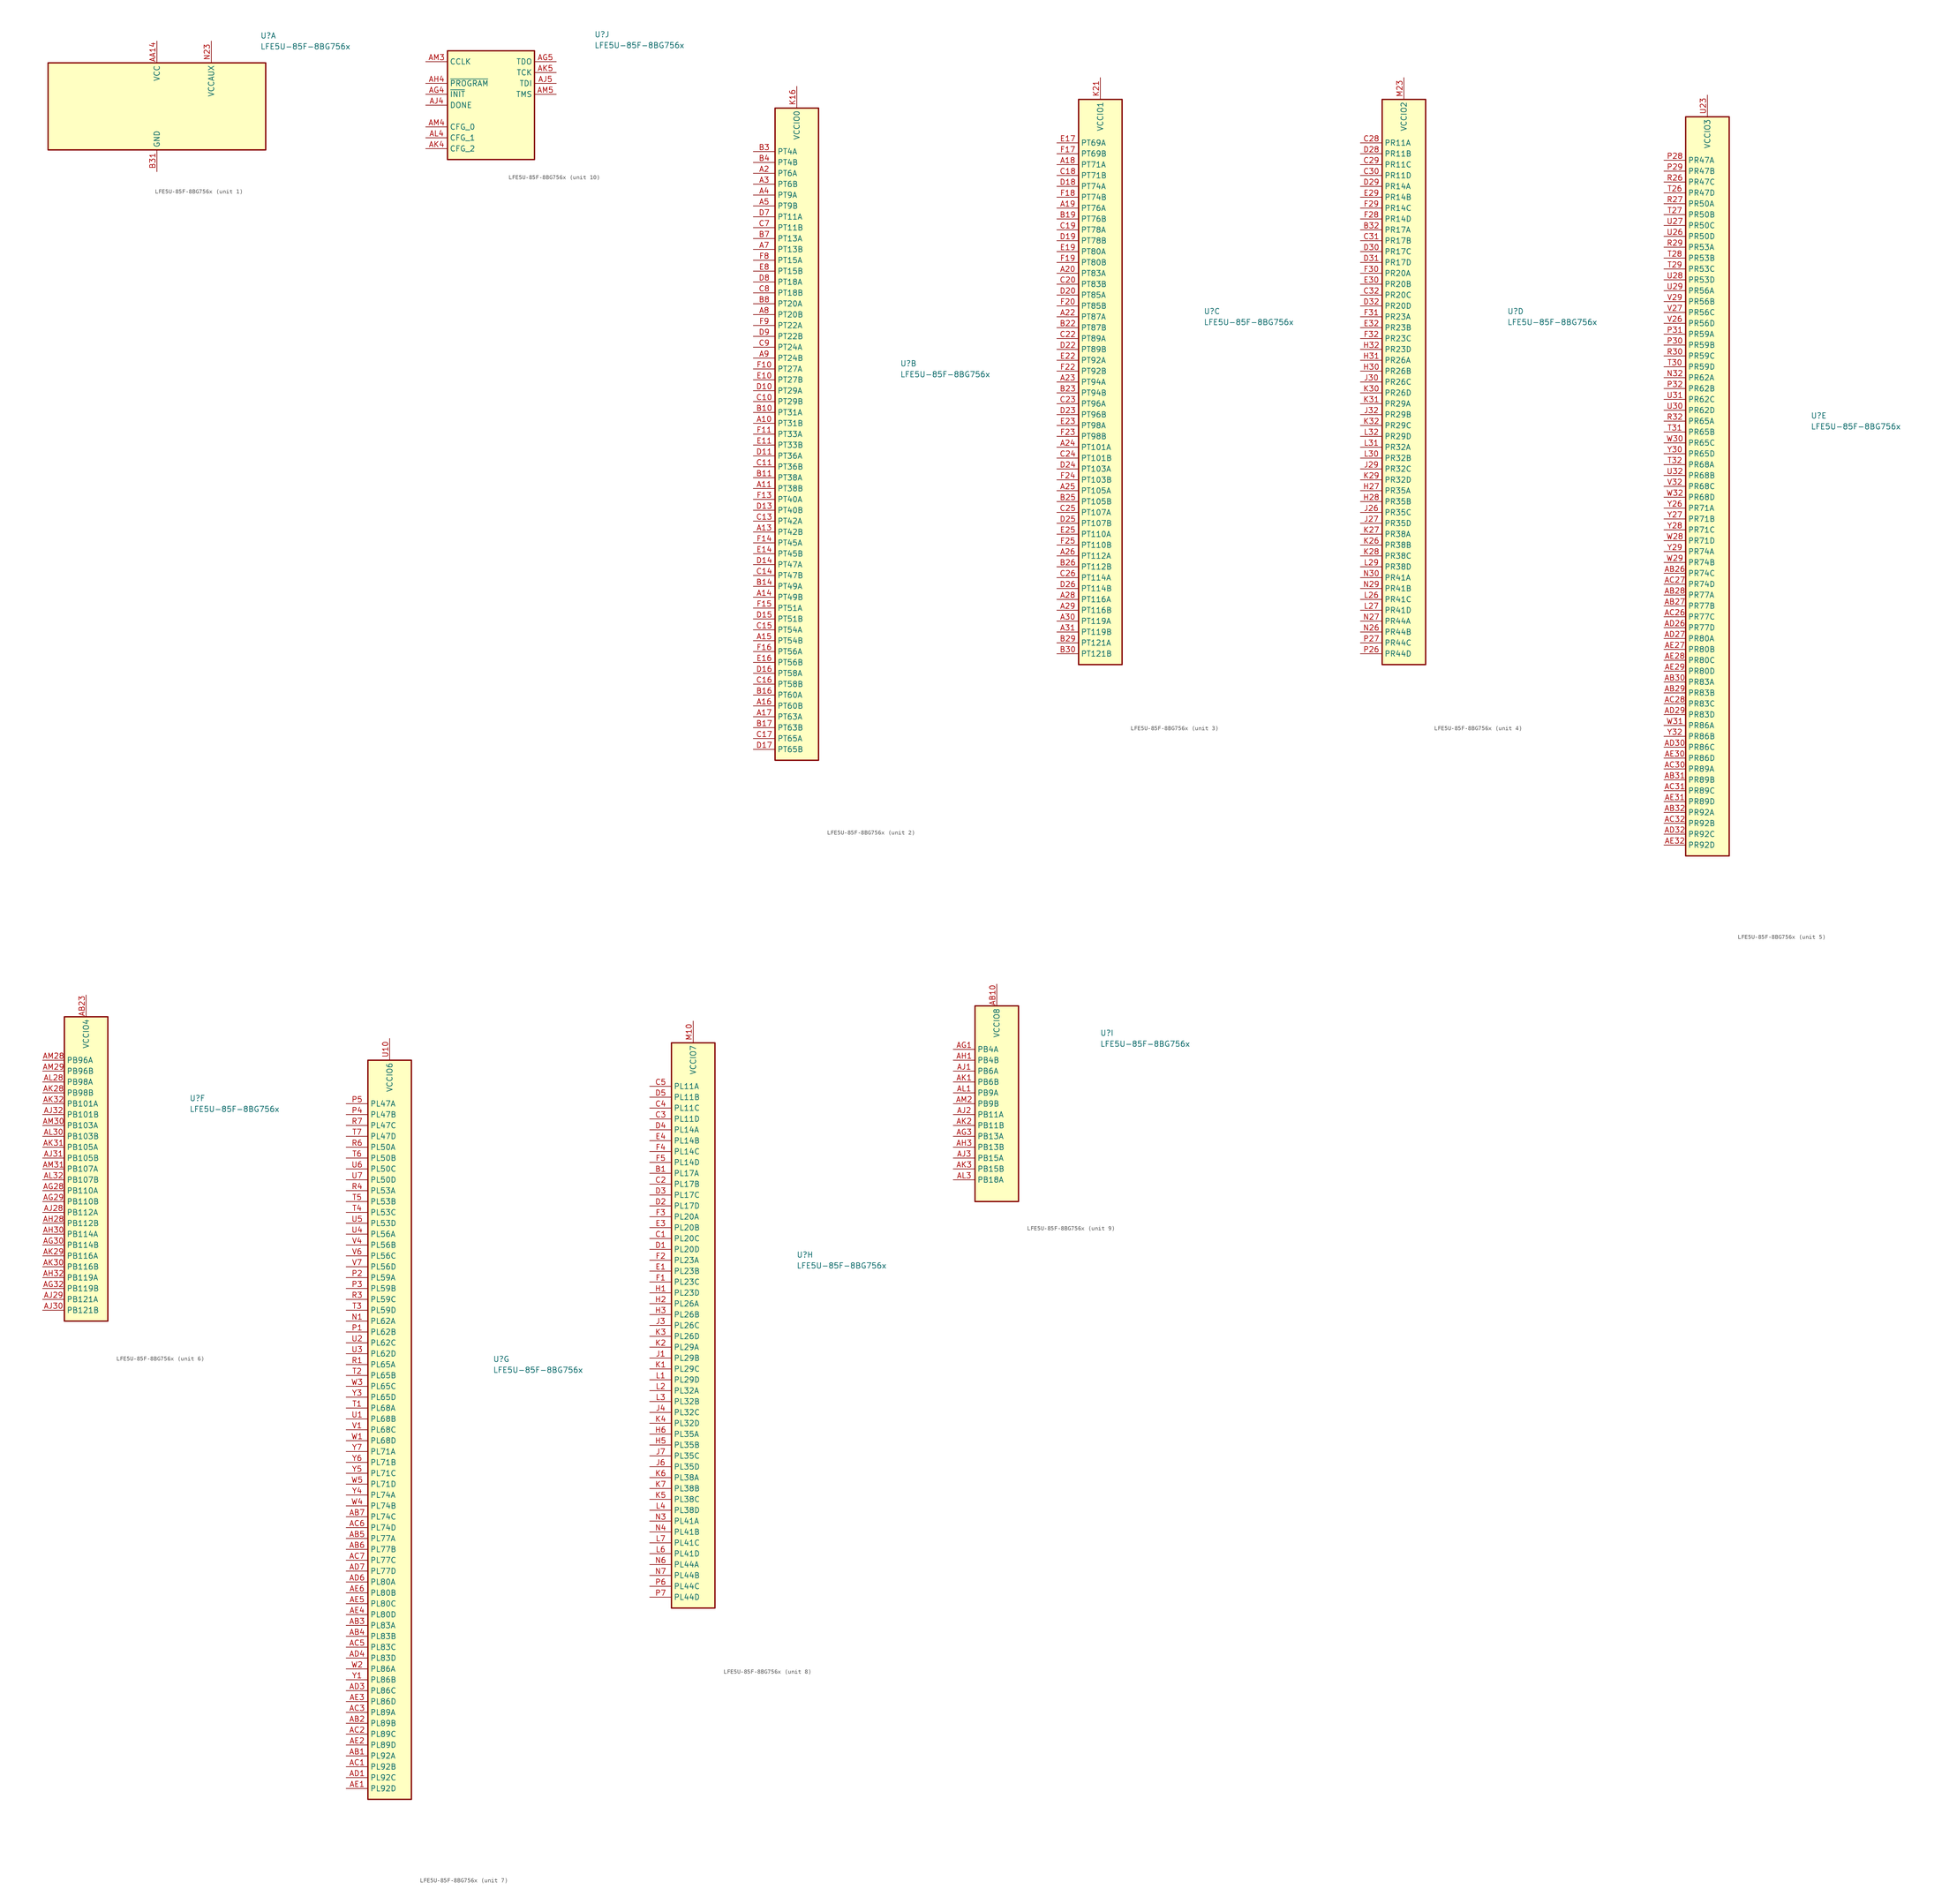
<source format=kicad_sym>
(kicad_symbol_lib
  (version 20211014)
  (generator kicad_symbol_editor)
  (symbol "LFE5U-85F-8BG756x"
    (property "Reference" "U"
      (at 24.13 16.51 0)
      (effects (font (size 1.27 1.27)) (justify left)))
    (property "Value" "LFE5U-85F-8BG756x"
      (at 24.13 13.97 0)
      (effects (font (size 1.27 1.27)) (justify left)))
    (property "ki_locked" ""
      (at 0 0 0)
      (effects (font (size 1.27 1.27))))
    (symbol "LFE5U-85F-8BG756x_1_1"
      (rectangle (start -25.4 10.16) (end 25.4 -10.16) (stroke (width 0.305) (type default) (color 0 0 0 0)) (fill (type background)))
      (pin passive line (at 0 -15.24 90) (length 5.08) hide (name "GND" (effects (font (size 1.27 1.27)))) (number "AA11" (effects (font (size 1.27 1.27)))))
      (pin passive line (at 0 15.24 270) (length 5.08) hide (name "VCC" (effects (font (size 1.27 1.27)))) (number "AA12" (effects (font (size 1.27 1.27)))))
      (pin passive line (at 0 15.24 270) (length 5.08) hide (name "VCC" (effects (font (size 1.27 1.27)))) (number "AA13" (effects (font (size 1.27 1.27)))))
      (pin power_in line (at 0 15.24 270) (length 5.08) (name "VCC" (effects (font (size 1.27 1.27)))) (number "AA14" (effects (font (size 1.27 1.27)))))
      (pin passive line (at 0 15.24 270) (length 5.08) hide (name "VCC" (effects (font (size 1.27 1.27)))) (number "AA15" (effects (font (size 1.27 1.27)))))
      (pin passive line (at 0 15.24 270) (length 5.08) hide (name "VCC" (effects (font (size 1.27 1.27)))) (number "AA16" (effects (font (size 1.27 1.27)))))
      (pin passive line (at 0 15.24 270) (length 5.08) hide (name "VCC" (effects (font (size 1.27 1.27)))) (number "AA17" (effects (font (size 1.27 1.27)))))
      (pin passive line (at 0 15.24 270) (length 5.08) hide (name "VCC" (effects (font (size 1.27 1.27)))) (number "AA18" (effects (font (size 1.27 1.27)))))
      (pin passive line (at 0 15.24 270) (length 5.08) hide (name "VCC" (effects (font (size 1.27 1.27)))) (number "AA19" (effects (font (size 1.27 1.27)))))
      (pin passive line (at 0 15.24 270) (length 5.08) hide (name "VCC" (effects (font (size 1.27 1.27)))) (number "AA20" (effects (font (size 1.27 1.27)))))
      (pin passive line (at 0 15.24 270) (length 5.08) hide (name "VCC" (effects (font (size 1.27 1.27)))) (number "AA21" (effects (font (size 1.27 1.27)))))
      (pin passive line (at 0 -15.24 90) (length 5.08) hide (name "GND" (effects (font (size 1.27 1.27)))) (number "AA22" (effects (font (size 1.27 1.27)))))
      (pin passive line (at 0 -15.24 90) (length 5.08) hide (name "GND" (effects (font (size 1.27 1.27)))) (number "AB11" (effects (font (size 1.27 1.27)))))
      (pin passive line (at 0 -15.24 90) (length 5.08) hide (name "GND" (effects (font (size 1.27 1.27)))) (number "AB12" (effects (font (size 1.27 1.27)))))
      (pin passive line (at 0 -15.24 90) (length 5.08) hide (name "GND" (effects (font (size 1.27 1.27)))) (number "AB13" (effects (font (size 1.27 1.27)))))
      (pin passive line (at 0 -15.24 90) (length 5.08) hide (name "GND" (effects (font (size 1.27 1.27)))) (number "AB14" (effects (font (size 1.27 1.27)))))
      (pin passive line (at 0 -15.24 90) (length 5.08) hide (name "GND" (effects (font (size 1.27 1.27)))) (number "AB15" (effects (font (size 1.27 1.27)))))
      (pin passive line (at 0 -15.24 90) (length 5.08) hide (name "GND" (effects (font (size 1.27 1.27)))) (number "AB16" (effects (font (size 1.27 1.27)))))
      (pin passive line (at 0 -15.24 90) (length 5.08) hide (name "GND" (effects (font (size 1.27 1.27)))) (number "AB17" (effects (font (size 1.27 1.27)))))
      (pin passive line (at 0 -15.24 90) (length 5.08) hide (name "GND" (effects (font (size 1.27 1.27)))) (number "AB18" (effects (font (size 1.27 1.27)))))
      (pin passive line (at 0 -15.24 90) (length 5.08) hide (name "GND" (effects (font (size 1.27 1.27)))) (number "AB19" (effects (font (size 1.27 1.27)))))
      (pin passive line (at 0 -15.24 90) (length 5.08) hide (name "GND" (effects (font (size 1.27 1.27)))) (number "AB20" (effects (font (size 1.27 1.27)))))
      (pin passive line (at 0 -15.24 90) (length 5.08) hide (name "GND" (effects (font (size 1.27 1.27)))) (number "AB21" (effects (font (size 1.27 1.27)))))
      (pin passive line (at 0 -15.24 90) (length 5.08) hide (name "GND" (effects (font (size 1.27 1.27)))) (number "AB22" (effects (font (size 1.27 1.27)))))
      (pin passive line (at 12.7 15.24 270) (length 5.08) hide (name "VCCAUX" (effects (font (size 1.27 1.27)))) (number "AC11" (effects (font (size 1.27 1.27)))))
      (pin passive line (at 0 -15.24 90) (length 5.08) hide (name "GND" (effects (font (size 1.27 1.27)))) (number "AC12" (effects (font (size 1.27 1.27)))))
      (pin passive line (at 0 -15.24 90) (length 5.08) hide (name "GND" (effects (font (size 1.27 1.27)))) (number "AC13" (effects (font (size 1.27 1.27)))))
      (pin passive line (at 0 -15.24 90) (length 5.08) hide (name "GND" (effects (font (size 1.27 1.27)))) (number "AC14" (effects (font (size 1.27 1.27)))))
      (pin passive line (at 0 -15.24 90) (length 5.08) hide (name "GND" (effects (font (size 1.27 1.27)))) (number "AC15" (effects (font (size 1.27 1.27)))))
      (pin passive line (at 0 -15.24 90) (length 5.08) hide (name "GND" (effects (font (size 1.27 1.27)))) (number "AC16" (effects (font (size 1.27 1.27)))))
      (pin passive line (at 0 -15.24 90) (length 5.08) hide (name "GND" (effects (font (size 1.27 1.27)))) (number "AC17" (effects (font (size 1.27 1.27)))))
      (pin passive line (at 0 -15.24 90) (length 5.08) hide (name "GND" (effects (font (size 1.27 1.27)))) (number "AC18" (effects (font (size 1.27 1.27)))))
      (pin passive line (at 0 -15.24 90) (length 5.08) hide (name "GND" (effects (font (size 1.27 1.27)))) (number "AC19" (effects (font (size 1.27 1.27)))))
      (pin passive line (at 0 -15.24 90) (length 5.08) hide (name "GND" (effects (font (size 1.27 1.27)))) (number "AC20" (effects (font (size 1.27 1.27)))))
      (pin passive line (at 0 -15.24 90) (length 5.08) hide (name "GND" (effects (font (size 1.27 1.27)))) (number "AC21" (effects (font (size 1.27 1.27)))))
      (pin passive line (at 12.7 15.24 270) (length 5.08) hide (name "VCCAUX" (effects (font (size 1.27 1.27)))) (number "AC22" (effects (font (size 1.27 1.27)))))
      (pin no_connect line (at 5.08 -10.16 90) (length 5.08) hide (name "NC" (effects (font (size 1.27 1.27)))) (number "AC29" (effects (font (size 1.27 1.27)))))
      (pin passive line (at 0 -15.24 90) (length 5.08) hide (name "GND" (effects (font (size 1.27 1.27)))) (number "AD2" (effects (font (size 1.27 1.27)))))
      (pin passive line (at 0 -15.24 90) (length 5.08) hide (name "GND" (effects (font (size 1.27 1.27)))) (number "AD28" (effects (font (size 1.27 1.27)))))
      (pin passive line (at 0 -15.24 90) (length 5.08) hide (name "GND" (effects (font (size 1.27 1.27)))) (number "AD31" (effects (font (size 1.27 1.27)))))
      (pin passive line (at 0 -15.24 90) (length 5.08) hide (name "GND" (effects (font (size 1.27 1.27)))) (number "AD5" (effects (font (size 1.27 1.27)))))
      (pin no_connect line (at 22.86 -10.16 90) (length 5.08) hide (name "NC" (effects (font (size 1.27 1.27)))) (number "AE26" (effects (font (size 1.27 1.27)))))
      (pin no_connect line (at 22.86 10.16 270) (length 5.08) hide (name "NC" (effects (font (size 1.27 1.27)))) (number "AE7" (effects (font (size 1.27 1.27)))))
      (pin passive line (at 0 -15.24 90) (length 5.08) hide (name "GND" (effects (font (size 1.27 1.27)))) (number "AF11" (effects (font (size 1.27 1.27)))))
      (pin passive line (at 0 -15.24 90) (length 5.08) hide (name "GND" (effects (font (size 1.27 1.27)))) (number "AF12" (effects (font (size 1.27 1.27)))))
      (pin passive line (at 0 -15.24 90) (length 5.08) hide (name "GND" (effects (font (size 1.27 1.27)))) (number "AF14" (effects (font (size 1.27 1.27)))))
      (pin passive line (at 0 -15.24 90) (length 5.08) hide (name "GND" (effects (font (size 1.27 1.27)))) (number "AF15" (effects (font (size 1.27 1.27)))))
      (pin passive line (at 0 -15.24 90) (length 5.08) hide (name "GND" (effects (font (size 1.27 1.27)))) (number "AF16" (effects (font (size 1.27 1.27)))))
      (pin passive line (at 0 -15.24 90) (length 5.08) hide (name "GND" (effects (font (size 1.27 1.27)))) (number "AF17" (effects (font (size 1.27 1.27)))))
      (pin passive line (at 0 -15.24 90) (length 5.08) hide (name "GND" (effects (font (size 1.27 1.27)))) (number "AF19" (effects (font (size 1.27 1.27)))))
      (pin passive line (at 0 -15.24 90) (length 5.08) hide (name "GND" (effects (font (size 1.27 1.27)))) (number "AF20" (effects (font (size 1.27 1.27)))))
      (pin passive line (at 0 -15.24 90) (length 5.08) hide (name "GND" (effects (font (size 1.27 1.27)))) (number "AF22" (effects (font (size 1.27 1.27)))))
      (pin passive line (at 0 -15.24 90) (length 5.08) hide (name "GND" (effects (font (size 1.27 1.27)))) (number "AF23" (effects (font (size 1.27 1.27)))))
      (pin passive line (at 0 -15.24 90) (length 5.08) hide (name "GND" (effects (font (size 1.27 1.27)))) (number "AG11" (effects (font (size 1.27 1.27)))))
      (pin passive line (at 0 -15.24 90) (length 5.08) hide (name "GND" (effects (font (size 1.27 1.27)))) (number "AG12" (effects (font (size 1.27 1.27)))))
      (pin passive line (at 0 -15.24 90) (length 5.08) hide (name "GND" (effects (font (size 1.27 1.27)))) (number "AG14" (effects (font (size 1.27 1.27)))))
      (pin passive line (at 0 -15.24 90) (length 5.08) hide (name "GND" (effects (font (size 1.27 1.27)))) (number "AG15" (effects (font (size 1.27 1.27)))))
      (pin passive line (at 0 -15.24 90) (length 5.08) hide (name "GND" (effects (font (size 1.27 1.27)))) (number "AG16" (effects (font (size 1.27 1.27)))))
      (pin passive line (at 0 -15.24 90) (length 5.08) hide (name "GND" (effects (font (size 1.27 1.27)))) (number "AG17" (effects (font (size 1.27 1.27)))))
      (pin passive line (at 0 -15.24 90) (length 5.08) hide (name "GND" (effects (font (size 1.27 1.27)))) (number "AG19" (effects (font (size 1.27 1.27)))))
      (pin passive line (at 0 -15.24 90) (length 5.08) hide (name "GND" (effects (font (size 1.27 1.27)))) (number "AG20" (effects (font (size 1.27 1.27)))))
      (pin passive line (at 0 -15.24 90) (length 5.08) hide (name "GND" (effects (font (size 1.27 1.27)))) (number "AG22" (effects (font (size 1.27 1.27)))))
      (pin passive line (at 0 -15.24 90) (length 5.08) hide (name "GND" (effects (font (size 1.27 1.27)))) (number "AG23" (effects (font (size 1.27 1.27)))))
      (pin no_connect line (at -17.78 -10.16 90) (length 5.08) hide (name "NC" (effects (font (size 1.27 1.27)))) (number "AG24" (effects (font (size 1.27 1.27)))))
      (pin no_connect line (at 17.78 -10.16 90) (length 5.08) hide (name "NC" (effects (font (size 1.27 1.27)))) (number "AG31" (effects (font (size 1.27 1.27)))))
      (pin passive line (at 0 -15.24 90) (length 5.08) hide (name "GND" (effects (font (size 1.27 1.27)))) (number "AG9" (effects (font (size 1.27 1.27)))))
      (pin passive line (at 0 -15.24 90) (length 5.08) hide (name "GND" (effects (font (size 1.27 1.27)))) (number "AH11" (effects (font (size 1.27 1.27)))))
      (pin passive line (at 0 -15.24 90) (length 5.08) hide (name "GND" (effects (font (size 1.27 1.27)))) (number "AH12" (effects (font (size 1.27 1.27)))))
      (pin passive line (at 0 -15.24 90) (length 5.08) hide (name "GND" (effects (font (size 1.27 1.27)))) (number "AH14" (effects (font (size 1.27 1.27)))))
      (pin passive line (at 0 -15.24 90) (length 5.08) hide (name "GND" (effects (font (size 1.27 1.27)))) (number "AH15" (effects (font (size 1.27 1.27)))))
      (pin passive line (at 0 -15.24 90) (length 5.08) hide (name "GND" (effects (font (size 1.27 1.27)))) (number "AH16" (effects (font (size 1.27 1.27)))))
      (pin passive line (at 0 -15.24 90) (length 5.08) hide (name "GND" (effects (font (size 1.27 1.27)))) (number "AH17" (effects (font (size 1.27 1.27)))))
      (pin passive line (at 0 -15.24 90) (length 5.08) hide (name "GND" (effects (font (size 1.27 1.27)))) (number "AH19" (effects (font (size 1.27 1.27)))))
      (pin passive line (at 0 -15.24 90) (length 5.08) hide (name "GND" (effects (font (size 1.27 1.27)))) (number "AH2" (effects (font (size 1.27 1.27)))))
      (pin passive line (at 0 -15.24 90) (length 5.08) hide (name "GND" (effects (font (size 1.27 1.27)))) (number "AH20" (effects (font (size 1.27 1.27)))))
      (pin passive line (at 0 -15.24 90) (length 5.08) hide (name "GND" (effects (font (size 1.27 1.27)))) (number "AH22" (effects (font (size 1.27 1.27)))))
      (pin passive line (at 0 -15.24 90) (length 5.08) hide (name "GND" (effects (font (size 1.27 1.27)))) (number "AH23" (effects (font (size 1.27 1.27)))))
      (pin passive line (at 0 -15.24 90) (length 5.08) hide (name "GND" (effects (font (size 1.27 1.27)))) (number "AH24" (effects (font (size 1.27 1.27)))))
      (pin passive line (at 0 -15.24 90) (length 5.08) hide (name "GND" (effects (font (size 1.27 1.27)))) (number "AH25" (effects (font (size 1.27 1.27)))))
      (pin passive line (at 0 -15.24 90) (length 5.08) hide (name "GND" (effects (font (size 1.27 1.27)))) (number "AH26" (effects (font (size 1.27 1.27)))))
      (pin passive line (at 0 -15.24 90) (length 5.08) hide (name "GND" (effects (font (size 1.27 1.27)))) (number "AH29" (effects (font (size 1.27 1.27)))))
      (pin passive line (at 0 -15.24 90) (length 5.08) hide (name "GND" (effects (font (size 1.27 1.27)))) (number "AH31" (effects (font (size 1.27 1.27)))))
      (pin passive line (at 0 -15.24 90) (length 5.08) hide (name "GND" (effects (font (size 1.27 1.27)))) (number "AH5" (effects (font (size 1.27 1.27)))))
      (pin passive line (at 0 -15.24 90) (length 5.08) hide (name "GND" (effects (font (size 1.27 1.27)))) (number "AH7" (effects (font (size 1.27 1.27)))))
      (pin passive line (at 0 -15.24 90) (length 5.08) hide (name "GND" (effects (font (size 1.27 1.27)))) (number "AH8" (effects (font (size 1.27 1.27)))))
      (pin passive line (at 0 -15.24 90) (length 5.08) hide (name "GND" (effects (font (size 1.27 1.27)))) (number "AH9" (effects (font (size 1.27 1.27)))))
      (pin passive line (at 0 -15.24 90) (length 5.08) hide (name "GND" (effects (font (size 1.27 1.27)))) (number "AJ10" (effects (font (size 1.27 1.27)))))
      (pin passive line (at 0 -15.24 90) (length 5.08) hide (name "GND" (effects (font (size 1.27 1.27)))) (number "AJ11" (effects (font (size 1.27 1.27)))))
      (pin passive line (at 0 -15.24 90) (length 5.08) hide (name "GND" (effects (font (size 1.27 1.27)))) (number "AJ12" (effects (font (size 1.27 1.27)))))
      (pin passive line (at 0 -15.24 90) (length 5.08) hide (name "GND" (effects (font (size 1.27 1.27)))) (number "AJ13" (effects (font (size 1.27 1.27)))))
      (pin passive line (at 0 -15.24 90) (length 5.08) hide (name "GND" (effects (font (size 1.27 1.27)))) (number "AJ14" (effects (font (size 1.27 1.27)))))
      (pin passive line (at 0 -15.24 90) (length 5.08) hide (name "GND" (effects (font (size 1.27 1.27)))) (number "AJ15" (effects (font (size 1.27 1.27)))))
      (pin passive line (at 0 -15.24 90) (length 5.08) hide (name "GND" (effects (font (size 1.27 1.27)))) (number "AJ16" (effects (font (size 1.27 1.27)))))
      (pin passive line (at 0 -15.24 90) (length 5.08) hide (name "GND" (effects (font (size 1.27 1.27)))) (number "AJ17" (effects (font (size 1.27 1.27)))))
      (pin passive line (at 0 -15.24 90) (length 5.08) hide (name "GND" (effects (font (size 1.27 1.27)))) (number "AJ18" (effects (font (size 1.27 1.27)))))
      (pin passive line (at 0 -15.24 90) (length 5.08) hide (name "GND" (effects (font (size 1.27 1.27)))) (number "AJ19" (effects (font (size 1.27 1.27)))))
      (pin passive line (at 0 -15.24 90) (length 5.08) hide (name "GND" (effects (font (size 1.27 1.27)))) (number "AJ20" (effects (font (size 1.27 1.27)))))
      (pin passive line (at 0 -15.24 90) (length 5.08) hide (name "GND" (effects (font (size 1.27 1.27)))) (number "AJ21" (effects (font (size 1.27 1.27)))))
      (pin passive line (at 0 -15.24 90) (length 5.08) hide (name "GND" (effects (font (size 1.27 1.27)))) (number "AJ22" (effects (font (size 1.27 1.27)))))
      (pin passive line (at 0 -15.24 90) (length 5.08) hide (name "GND" (effects (font (size 1.27 1.27)))) (number "AJ23" (effects (font (size 1.27 1.27)))))
      (pin passive line (at 0 -15.24 90) (length 5.08) hide (name "GND" (effects (font (size 1.27 1.27)))) (number "AJ24" (effects (font (size 1.27 1.27)))))
      (pin passive line (at 0 -15.24 90) (length 5.08) hide (name "GND" (effects (font (size 1.27 1.27)))) (number "AJ25" (effects (font (size 1.27 1.27)))))
      (pin passive line (at 0 -15.24 90) (length 5.08) hide (name "GND" (effects (font (size 1.27 1.27)))) (number "AJ26" (effects (font (size 1.27 1.27)))))
      (pin passive line (at 0 -15.24 90) (length 5.08) hide (name "GND" (effects (font (size 1.27 1.27)))) (number "AJ7" (effects (font (size 1.27 1.27)))))
      (pin passive line (at 0 -15.24 90) (length 5.08) hide (name "GND" (effects (font (size 1.27 1.27)))) (number "AJ8" (effects (font (size 1.27 1.27)))))
      (pin passive line (at 0 -15.24 90) (length 5.08) hide (name "GND" (effects (font (size 1.27 1.27)))) (number "AJ9" (effects (font (size 1.27 1.27)))))
      (pin no_connect line (at -25.4 0 0) (length 5.08) hide (name "RESERVED" (effects (font (size 1.27 1.27)))) (number "AK10" (effects (font (size 1.27 1.27)))))
      (pin passive line (at 0 -15.24 90) (length 5.08) hide (name "GND" (effects (font (size 1.27 1.27)))) (number "AK11" (effects (font (size 1.27 1.27)))))
      (pin no_connect line (at -25.4 -2.54 0) (length 5.08) hide (name "RESERVED" (effects (font (size 1.27 1.27)))) (number "AK12" (effects (font (size 1.27 1.27)))))
      (pin no_connect line (at -25.4 -5.08 0) (length 5.08) hide (name "RESERVED" (effects (font (size 1.27 1.27)))) (number "AK13" (effects (font (size 1.27 1.27)))))
      (pin passive line (at 0 -15.24 90) (length 5.08) hide (name "GND" (effects (font (size 1.27 1.27)))) (number "AK14" (effects (font (size 1.27 1.27)))))
      (pin passive line (at 0 -15.24 90) (length 5.08) hide (name "GND" (effects (font (size 1.27 1.27)))) (number "AK17" (effects (font (size 1.27 1.27)))))
      (pin no_connect line (at 25.4 2.54 180) (length 5.08) hide (name "RESERVED" (effects (font (size 1.27 1.27)))) (number "AK18" (effects (font (size 1.27 1.27)))))
      (pin no_connect line (at 25.4 0 180) (length 5.08) hide (name "RESERVED" (effects (font (size 1.27 1.27)))) (number "AK19" (effects (font (size 1.27 1.27)))))
      (pin passive line (at 0 -15.24 90) (length 5.08) hide (name "GND" (effects (font (size 1.27 1.27)))) (number "AK20" (effects (font (size 1.27 1.27)))))
      (pin no_connect line (at 25.4 -2.54 180) (length 5.08) hide (name "RESERVED" (effects (font (size 1.27 1.27)))) (number "AK21" (effects (font (size 1.27 1.27)))))
      (pin no_connect line (at 25.4 -5.08 180) (length 5.08) hide (name "RESERVED" (effects (font (size 1.27 1.27)))) (number "AK22" (effects (font (size 1.27 1.27)))))
      (pin passive line (at 0 -15.24 90) (length 5.08) hide (name "GND" (effects (font (size 1.27 1.27)))) (number "AK23" (effects (font (size 1.27 1.27)))))
      (pin passive line (at 0 -15.24 90) (length 5.08) hide (name "GND" (effects (font (size 1.27 1.27)))) (number "AK26" (effects (font (size 1.27 1.27)))))
      (pin passive line (at 0 -15.24 90) (length 5.08) hide (name "GND" (effects (font (size 1.27 1.27)))) (number "AK7" (effects (font (size 1.27 1.27)))))
      (pin passive line (at 0 -15.24 90) (length 5.08) hide (name "GND" (effects (font (size 1.27 1.27)))) (number "AK8" (effects (font (size 1.27 1.27)))))
      (pin no_connect line (at -25.4 2.54 0) (length 5.08) hide (name "RESERVED" (effects (font (size 1.27 1.27)))) (number "AK9" (effects (font (size 1.27 1.27)))))
      (pin passive line (at 0 -15.24 90) (length 5.08) hide (name "GND" (effects (font (size 1.27 1.27)))) (number "AL11" (effects (font (size 1.27 1.27)))))
      (pin passive line (at 0 -15.24 90) (length 5.08) hide (name "GND" (effects (font (size 1.27 1.27)))) (number "AL12" (effects (font (size 1.27 1.27)))))
      (pin passive line (at 0 -15.24 90) (length 5.08) hide (name "GND" (effects (font (size 1.27 1.27)))) (number "AL14" (effects (font (size 1.27 1.27)))))
      (pin passive line (at 0 -15.24 90) (length 5.08) hide (name "GND" (effects (font (size 1.27 1.27)))) (number "AL15" (effects (font (size 1.27 1.27)))))
      (pin passive line (at 0 -15.24 90) (length 5.08) hide (name "GND" (effects (font (size 1.27 1.27)))) (number "AL17" (effects (font (size 1.27 1.27)))))
      (pin passive line (at 0 -15.24 90) (length 5.08) hide (name "GND" (effects (font (size 1.27 1.27)))) (number "AL18" (effects (font (size 1.27 1.27)))))
      (pin passive line (at 0 -15.24 90) (length 5.08) hide (name "GND" (effects (font (size 1.27 1.27)))) (number "AL2" (effects (font (size 1.27 1.27)))))
      (pin passive line (at 0 -15.24 90) (length 5.08) hide (name "GND" (effects (font (size 1.27 1.27)))) (number "AL20" (effects (font (size 1.27 1.27)))))
      (pin passive line (at 0 -15.24 90) (length 5.08) hide (name "GND" (effects (font (size 1.27 1.27)))) (number "AL21" (effects (font (size 1.27 1.27)))))
      (pin passive line (at 0 -15.24 90) (length 5.08) hide (name "GND" (effects (font (size 1.27 1.27)))) (number "AL23" (effects (font (size 1.27 1.27)))))
      (pin passive line (at 0 -15.24 90) (length 5.08) hide (name "GND" (effects (font (size 1.27 1.27)))) (number "AL24" (effects (font (size 1.27 1.27)))))
      (pin passive line (at 0 -15.24 90) (length 5.08) hide (name "GND" (effects (font (size 1.27 1.27)))) (number "AL26" (effects (font (size 1.27 1.27)))))
      (pin passive line (at 0 -15.24 90) (length 5.08) hide (name "GND" (effects (font (size 1.27 1.27)))) (number "AL29" (effects (font (size 1.27 1.27)))))
      (pin passive line (at 0 -15.24 90) (length 5.08) hide (name "GND" (effects (font (size 1.27 1.27)))) (number "AL31" (effects (font (size 1.27 1.27)))))
      (pin passive line (at 0 -15.24 90) (length 5.08) hide (name "GND" (effects (font (size 1.27 1.27)))) (number "AL5" (effects (font (size 1.27 1.27)))))
      (pin passive line (at 0 -15.24 90) (length 5.08) hide (name "GND" (effects (font (size 1.27 1.27)))) (number "AL7" (effects (font (size 1.27 1.27)))))
      (pin passive line (at 0 -15.24 90) (length 5.08) hide (name "GND" (effects (font (size 1.27 1.27)))) (number "AL8" (effects (font (size 1.27 1.27)))))
      (pin passive line (at 0 -15.24 90) (length 5.08) hide (name "GND" (effects (font (size 1.27 1.27)))) (number "AL9" (effects (font (size 1.27 1.27)))))
      (pin passive line (at 0 -15.24 90) (length 5.08) hide (name "GND" (effects (font (size 1.27 1.27)))) (number "AM11" (effects (font (size 1.27 1.27)))))
      (pin passive line (at 0 -15.24 90) (length 5.08) hide (name "GND" (effects (font (size 1.27 1.27)))) (number "AM12" (effects (font (size 1.27 1.27)))))
      (pin passive line (at 0 -15.24 90) (length 5.08) hide (name "GND" (effects (font (size 1.27 1.27)))) (number "AM14" (effects (font (size 1.27 1.27)))))
      (pin passive line (at 0 -15.24 90) (length 5.08) hide (name "GND" (effects (font (size 1.27 1.27)))) (number "AM15" (effects (font (size 1.27 1.27)))))
      (pin passive line (at 0 -15.24 90) (length 5.08) hide (name "GND" (effects (font (size 1.27 1.27)))) (number "AM17" (effects (font (size 1.27 1.27)))))
      (pin passive line (at 0 -15.24 90) (length 5.08) hide (name "GND" (effects (font (size 1.27 1.27)))) (number "AM18" (effects (font (size 1.27 1.27)))))
      (pin passive line (at 0 -15.24 90) (length 5.08) hide (name "GND" (effects (font (size 1.27 1.27)))) (number "AM20" (effects (font (size 1.27 1.27)))))
      (pin passive line (at 0 -15.24 90) (length 5.08) hide (name "GND" (effects (font (size 1.27 1.27)))) (number "AM21" (effects (font (size 1.27 1.27)))))
      (pin passive line (at 0 -15.24 90) (length 5.08) hide (name "GND" (effects (font (size 1.27 1.27)))) (number "AM23" (effects (font (size 1.27 1.27)))))
      (pin passive line (at 0 -15.24 90) (length 5.08) hide (name "GND" (effects (font (size 1.27 1.27)))) (number "AM24" (effects (font (size 1.27 1.27)))))
      (pin passive line (at 0 -15.24 90) (length 5.08) hide (name "GND" (effects (font (size 1.27 1.27)))) (number "AM26" (effects (font (size 1.27 1.27)))))
      (pin passive line (at 0 -15.24 90) (length 5.08) hide (name "GND" (effects (font (size 1.27 1.27)))) (number "AM7" (effects (font (size 1.27 1.27)))))
      (pin passive line (at 0 -15.24 90) (length 5.08) hide (name "GND" (effects (font (size 1.27 1.27)))) (number "AM8" (effects (font (size 1.27 1.27)))))
      (pin passive line (at 0 -15.24 90) (length 5.08) hide (name "GND" (effects (font (size 1.27 1.27)))) (number "AM9" (effects (font (size 1.27 1.27)))))
      (pin passive line (at 0 -15.24 90) (length 5.08) hide (name "GND" (effects (font (size 1.27 1.27)))) (number "B13" (effects (font (size 1.27 1.27)))))
      (pin passive line (at 0 -15.24 90) (length 5.08) hide (name "GND" (effects (font (size 1.27 1.27)))) (number "B15" (effects (font (size 1.27 1.27)))))
      (pin passive line (at 0 -15.24 90) (length 5.08) hide (name "GND" (effects (font (size 1.27 1.27)))) (number "B18" (effects (font (size 1.27 1.27)))))
      (pin passive line (at 0 -15.24 90) (length 5.08) hide (name "GND" (effects (font (size 1.27 1.27)))) (number "B2" (effects (font (size 1.27 1.27)))))
      (pin passive line (at 0 -15.24 90) (length 5.08) hide (name "GND" (effects (font (size 1.27 1.27)))) (number "B20" (effects (font (size 1.27 1.27)))))
      (pin passive line (at 0 -15.24 90) (length 5.08) hide (name "GND" (effects (font (size 1.27 1.27)))) (number "B24" (effects (font (size 1.27 1.27)))))
      (pin passive line (at 0 -15.24 90) (length 5.08) hide (name "GND" (effects (font (size 1.27 1.27)))) (number "B28" (effects (font (size 1.27 1.27)))))
      (pin power_in line (at 0 -15.24 90) (length 5.08) (name "GND" (effects (font (size 1.27 1.27)))) (number "B31" (effects (font (size 1.27 1.27)))))
      (pin passive line (at 0 -15.24 90) (length 5.08) hide (name "GND" (effects (font (size 1.27 1.27)))) (number "B5" (effects (font (size 1.27 1.27)))))
      (pin passive line (at 0 -15.24 90) (length 5.08) hide (name "GND" (effects (font (size 1.27 1.27)))) (number "B9" (effects (font (size 1.27 1.27)))))
      (pin passive line (at 0 -15.24 90) (length 5.08) hide (name "GND" (effects (font (size 1.27 1.27)))) (number "E13" (effects (font (size 1.27 1.27)))))
      (pin passive line (at 0 -15.24 90) (length 5.08) hide (name "GND" (effects (font (size 1.27 1.27)))) (number "E15" (effects (font (size 1.27 1.27)))))
      (pin passive line (at 0 -15.24 90) (length 5.08) hide (name "GND" (effects (font (size 1.27 1.27)))) (number "E18" (effects (font (size 1.27 1.27)))))
      (pin passive line (at 0 -15.24 90) (length 5.08) hide (name "GND" (effects (font (size 1.27 1.27)))) (number "E2" (effects (font (size 1.27 1.27)))))
      (pin passive line (at 0 -15.24 90) (length 5.08) hide (name "GND" (effects (font (size 1.27 1.27)))) (number "E20" (effects (font (size 1.27 1.27)))))
      (pin passive line (at 0 -15.24 90) (length 5.08) hide (name "GND" (effects (font (size 1.27 1.27)))) (number "E24" (effects (font (size 1.27 1.27)))))
      (pin no_connect line (at 15.24 10.16 270) (length 5.08) hide (name "NC" (effects (font (size 1.27 1.27)))) (number "E26" (effects (font (size 1.27 1.27)))))
      (pin passive line (at 0 -15.24 90) (length 5.08) hide (name "GND" (effects (font (size 1.27 1.27)))) (number "E28" (effects (font (size 1.27 1.27)))))
      (pin passive line (at 0 -15.24 90) (length 5.08) hide (name "GND" (effects (font (size 1.27 1.27)))) (number "E31" (effects (font (size 1.27 1.27)))))
      (pin passive line (at 0 -15.24 90) (length 5.08) hide (name "GND" (effects (font (size 1.27 1.27)))) (number "E5" (effects (font (size 1.27 1.27)))))
      (pin no_connect line (at 2.54 10.16 270) (length 5.08) hide (name "NC" (effects (font (size 1.27 1.27)))) (number "E7" (effects (font (size 1.27 1.27)))))
      (pin passive line (at 0 -15.24 90) (length 5.08) hide (name "GND" (effects (font (size 1.27 1.27)))) (number "E9" (effects (font (size 1.27 1.27)))))
      (pin no_connect line (at 20.32 -10.16 90) (length 5.08) hide (name "NC" (effects (font (size 1.27 1.27)))) (number "G10" (effects (font (size 1.27 1.27)))))
      (pin no_connect line (at 2.54 -10.16 90) (length 5.08) hide (name "NC" (effects (font (size 1.27 1.27)))) (number "G11" (effects (font (size 1.27 1.27)))))
      (pin no_connect line (at -20.32 -10.16 90) (length 5.08) hide (name "NC" (effects (font (size 1.27 1.27)))) (number "G14" (effects (font (size 1.27 1.27)))))
      (pin no_connect line (at -22.86 -10.16 90) (length 5.08) hide (name "NC" (effects (font (size 1.27 1.27)))) (number "G15" (effects (font (size 1.27 1.27)))))
      (pin no_connect line (at -2.54 -10.16 90) (length 5.08) hide (name "NC" (effects (font (size 1.27 1.27)))) (number "G16" (effects (font (size 1.27 1.27)))))
      (pin no_connect line (at -5.08 -10.16 90) (length 5.08) hide (name "NC" (effects (font (size 1.27 1.27)))) (number "G17" (effects (font (size 1.27 1.27)))))
      (pin no_connect line (at -7.62 -10.16 90) (length 5.08) hide (name "NC" (effects (font (size 1.27 1.27)))) (number "G18" (effects (font (size 1.27 1.27)))))
      (pin no_connect line (at -10.16 -10.16 90) (length 5.08) hide (name "NC" (effects (font (size 1.27 1.27)))) (number "G19" (effects (font (size 1.27 1.27)))))
      (pin no_connect line (at -12.7 -10.16 90) (length 5.08) hide (name "NC" (effects (font (size 1.27 1.27)))) (number "G22" (effects (font (size 1.27 1.27)))))
      (pin no_connect line (at -15.24 -10.16 90) (length 5.08) hide (name "NC" (effects (font (size 1.27 1.27)))) (number "G23" (effects (font (size 1.27 1.27)))))
      (pin no_connect line (at 10.16 10.16 270) (length 5.08) hide (name "NC" (effects (font (size 1.27 1.27)))) (number "G24" (effects (font (size 1.27 1.27)))))
      (pin no_connect line (at -2.54 10.16 270) (length 5.08) hide (name "NC" (effects (font (size 1.27 1.27)))) (number "G9" (effects (font (size 1.27 1.27)))))
      (pin no_connect line (at 12.7 -10.16 90) (length 5.08) hide (name "NC" (effects (font (size 1.27 1.27)))) (number "H29" (effects (font (size 1.27 1.27)))))
      (pin passive line (at 0 -15.24 90) (length 5.08) hide (name "GND" (effects (font (size 1.27 1.27)))) (number "J2" (effects (font (size 1.27 1.27)))))
      (pin passive line (at 0 -15.24 90) (length 5.08) hide (name "GND" (effects (font (size 1.27 1.27)))) (number "J28" (effects (font (size 1.27 1.27)))))
      (pin passive line (at 0 -15.24 90) (length 5.08) hide (name "GND" (effects (font (size 1.27 1.27)))) (number "J31" (effects (font (size 1.27 1.27)))))
      (pin passive line (at 0 -15.24 90) (length 5.08) hide (name "GND" (effects (font (size 1.27 1.27)))) (number "J5" (effects (font (size 1.27 1.27)))))
      (pin passive line (at 0 -15.24 90) (length 5.08) hide (name "GND" (effects (font (size 1.27 1.27)))) (number "K10" (effects (font (size 1.27 1.27)))))
      (pin passive line (at 0 -15.24 90) (length 5.08) hide (name "GND" (effects (font (size 1.27 1.27)))) (number "K11" (effects (font (size 1.27 1.27)))))
      (pin passive line (at 12.7 15.24 270) (length 5.08) hide (name "VCCAUX" (effects (font (size 1.27 1.27)))) (number "K13" (effects (font (size 1.27 1.27)))))
      (pin passive line (at 12.7 15.24 270) (length 5.08) hide (name "VCCAUX" (effects (font (size 1.27 1.27)))) (number "K20" (effects (font (size 1.27 1.27)))))
      (pin passive line (at 0 -15.24 90) (length 5.08) hide (name "GND" (effects (font (size 1.27 1.27)))) (number "K22" (effects (font (size 1.27 1.27)))))
      (pin passive line (at 0 -15.24 90) (length 5.08) hide (name "GND" (effects (font (size 1.27 1.27)))) (number "K23" (effects (font (size 1.27 1.27)))))
      (pin passive line (at 0 -15.24 90) (length 5.08) hide (name "GND" (effects (font (size 1.27 1.27)))) (number "L10" (effects (font (size 1.27 1.27)))))
      (pin passive line (at 0 -15.24 90) (length 5.08) hide (name "GND" (effects (font (size 1.27 1.27)))) (number "L11" (effects (font (size 1.27 1.27)))))
      (pin passive line (at 0 -15.24 90) (length 5.08) hide (name "GND" (effects (font (size 1.27 1.27)))) (number "L12" (effects (font (size 1.27 1.27)))))
      (pin passive line (at 0 -15.24 90) (length 5.08) hide (name "GND" (effects (font (size 1.27 1.27)))) (number "L13" (effects (font (size 1.27 1.27)))))
      (pin passive line (at 0 -15.24 90) (length 5.08) hide (name "GND" (effects (font (size 1.27 1.27)))) (number "L14" (effects (font (size 1.27 1.27)))))
      (pin passive line (at 0 -15.24 90) (length 5.08) hide (name "GND" (effects (font (size 1.27 1.27)))) (number "L15" (effects (font (size 1.27 1.27)))))
      (pin passive line (at 0 -15.24 90) (length 5.08) hide (name "GND" (effects (font (size 1.27 1.27)))) (number "L16" (effects (font (size 1.27 1.27)))))
      (pin passive line (at 0 -15.24 90) (length 5.08) hide (name "GND" (effects (font (size 1.27 1.27)))) (number "L17" (effects (font (size 1.27 1.27)))))
      (pin passive line (at 0 -15.24 90) (length 5.08) hide (name "GND" (effects (font (size 1.27 1.27)))) (number "L18" (effects (font (size 1.27 1.27)))))
      (pin passive line (at 0 -15.24 90) (length 5.08) hide (name "GND" (effects (font (size 1.27 1.27)))) (number "L19" (effects (font (size 1.27 1.27)))))
      (pin passive line (at 0 -15.24 90) (length 5.08) hide (name "GND" (effects (font (size 1.27 1.27)))) (number "L20" (effects (font (size 1.27 1.27)))))
      (pin passive line (at 0 -15.24 90) (length 5.08) hide (name "GND" (effects (font (size 1.27 1.27)))) (number "L21" (effects (font (size 1.27 1.27)))))
      (pin passive line (at 0 -15.24 90) (length 5.08) hide (name "GND" (effects (font (size 1.27 1.27)))) (number "L22" (effects (font (size 1.27 1.27)))))
      (pin passive line (at 0 -15.24 90) (length 5.08) hide (name "GND" (effects (font (size 1.27 1.27)))) (number "L23" (effects (font (size 1.27 1.27)))))
      (pin no_connect line (at 7.62 -10.16 90) (length 5.08) hide (name "NC" (effects (font (size 1.27 1.27)))) (number "L28" (effects (font (size 1.27 1.27)))))
      (pin passive line (at 0 -15.24 90) (length 5.08) hide (name "GND" (effects (font (size 1.27 1.27)))) (number "M11" (effects (font (size 1.27 1.27)))))
      (pin passive line (at 0 15.24 270) (length 5.08) hide (name "VCC" (effects (font (size 1.27 1.27)))) (number "M12" (effects (font (size 1.27 1.27)))))
      (pin passive line (at 0 15.24 270) (length 5.08) hide (name "VCC" (effects (font (size 1.27 1.27)))) (number "M13" (effects (font (size 1.27 1.27)))))
      (pin passive line (at 0 15.24 270) (length 5.08) hide (name "VCC" (effects (font (size 1.27 1.27)))) (number "M14" (effects (font (size 1.27 1.27)))))
      (pin passive line (at 0 15.24 270) (length 5.08) hide (name "VCC" (effects (font (size 1.27 1.27)))) (number "M15" (effects (font (size 1.27 1.27)))))
      (pin passive line (at 0 15.24 270) (length 5.08) hide (name "VCC" (effects (font (size 1.27 1.27)))) (number "M16" (effects (font (size 1.27 1.27)))))
      (pin passive line (at 0 15.24 270) (length 5.08) hide (name "VCC" (effects (font (size 1.27 1.27)))) (number "M17" (effects (font (size 1.27 1.27)))))
      (pin passive line (at 0 15.24 270) (length 5.08) hide (name "VCC" (effects (font (size 1.27 1.27)))) (number "M18" (effects (font (size 1.27 1.27)))))
      (pin passive line (at 0 15.24 270) (length 5.08) hide (name "VCC" (effects (font (size 1.27 1.27)))) (number "M19" (effects (font (size 1.27 1.27)))))
      (pin passive line (at 0 15.24 270) (length 5.08) hide (name "VCC" (effects (font (size 1.27 1.27)))) (number "M20" (effects (font (size 1.27 1.27)))))
      (pin passive line (at 0 15.24 270) (length 5.08) hide (name "VCC" (effects (font (size 1.27 1.27)))) (number "M21" (effects (font (size 1.27 1.27)))))
      (pin passive line (at 0 -15.24 90) (length 5.08) hide (name "GND" (effects (font (size 1.27 1.27)))) (number "M22" (effects (font (size 1.27 1.27)))))
      (pin passive line (at 12.7 15.24 270) (length 5.08) hide (name "VCCAUX" (effects (font (size 1.27 1.27)))) (number "N10" (effects (font (size 1.27 1.27)))))
      (pin passive line (at 0 -15.24 90) (length 5.08) hide (name "GND" (effects (font (size 1.27 1.27)))) (number "N11" (effects (font (size 1.27 1.27)))))
      (pin passive line (at 0 15.24 270) (length 5.08) hide (name "VCC" (effects (font (size 1.27 1.27)))) (number "N12" (effects (font (size 1.27 1.27)))))
      (pin passive line (at 0 -15.24 90) (length 5.08) hide (name "GND" (effects (font (size 1.27 1.27)))) (number "N13" (effects (font (size 1.27 1.27)))))
      (pin passive line (at 0 -15.24 90) (length 5.08) hide (name "GND" (effects (font (size 1.27 1.27)))) (number "N14" (effects (font (size 1.27 1.27)))))
      (pin passive line (at 0 -15.24 90) (length 5.08) hide (name "GND" (effects (font (size 1.27 1.27)))) (number "N15" (effects (font (size 1.27 1.27)))))
      (pin passive line (at 0 -15.24 90) (length 5.08) hide (name "GND" (effects (font (size 1.27 1.27)))) (number "N16" (effects (font (size 1.27 1.27)))))
      (pin passive line (at 0 -15.24 90) (length 5.08) hide (name "GND" (effects (font (size 1.27 1.27)))) (number "N17" (effects (font (size 1.27 1.27)))))
      (pin passive line (at 0 -15.24 90) (length 5.08) hide (name "GND" (effects (font (size 1.27 1.27)))) (number "N18" (effects (font (size 1.27 1.27)))))
      (pin passive line (at 0 -15.24 90) (length 5.08) hide (name "GND" (effects (font (size 1.27 1.27)))) (number "N19" (effects (font (size 1.27 1.27)))))
      (pin passive line (at 0 -15.24 90) (length 5.08) hide (name "GND" (effects (font (size 1.27 1.27)))) (number "N2" (effects (font (size 1.27 1.27)))))
      (pin passive line (at 0 -15.24 90) (length 5.08) hide (name "GND" (effects (font (size 1.27 1.27)))) (number "N20" (effects (font (size 1.27 1.27)))))
      (pin passive line (at 0 15.24 270) (length 5.08) hide (name "VCC" (effects (font (size 1.27 1.27)))) (number "N21" (effects (font (size 1.27 1.27)))))
      (pin passive line (at 0 -15.24 90) (length 5.08) hide (name "GND" (effects (font (size 1.27 1.27)))) (number "N22" (effects (font (size 1.27 1.27)))))
      (pin power_in line (at 12.7 15.24 270) (length 5.08) (name "VCCAUX" (effects (font (size 1.27 1.27)))) (number "N23" (effects (font (size 1.27 1.27)))))
      (pin passive line (at 0 -15.24 90) (length 5.08) hide (name "GND" (effects (font (size 1.27 1.27)))) (number "N28" (effects (font (size 1.27 1.27)))))
      (pin passive line (at 0 -15.24 90) (length 5.08) hide (name "GND" (effects (font (size 1.27 1.27)))) (number "N31" (effects (font (size 1.27 1.27)))))
      (pin passive line (at 0 -15.24 90) (length 5.08) hide (name "GND" (effects (font (size 1.27 1.27)))) (number "N5" (effects (font (size 1.27 1.27)))))
      (pin passive line (at 0 -15.24 90) (length 5.08) hide (name "GND" (effects (font (size 1.27 1.27)))) (number "P11" (effects (font (size 1.27 1.27)))))
      (pin passive line (at 0 15.24 270) (length 5.08) hide (name "VCC" (effects (font (size 1.27 1.27)))) (number "P12" (effects (font (size 1.27 1.27)))))
      (pin passive line (at 0 -15.24 90) (length 5.08) hide (name "GND" (effects (font (size 1.27 1.27)))) (number "P13" (effects (font (size 1.27 1.27)))))
      (pin passive line (at 0 -15.24 90) (length 5.08) hide (name "GND" (effects (font (size 1.27 1.27)))) (number "P14" (effects (font (size 1.27 1.27)))))
      (pin passive line (at 0 -15.24 90) (length 5.08) hide (name "GND" (effects (font (size 1.27 1.27)))) (number "P15" (effects (font (size 1.27 1.27)))))
      (pin passive line (at 0 -15.24 90) (length 5.08) hide (name "GND" (effects (font (size 1.27 1.27)))) (number "P16" (effects (font (size 1.27 1.27)))))
      (pin passive line (at 0 -15.24 90) (length 5.08) hide (name "GND" (effects (font (size 1.27 1.27)))) (number "P17" (effects (font (size 1.27 1.27)))))
      (pin passive line (at 0 -15.24 90) (length 5.08) hide (name "GND" (effects (font (size 1.27 1.27)))) (number "P18" (effects (font (size 1.27 1.27)))))
      (pin passive line (at 0 -15.24 90) (length 5.08) hide (name "GND" (effects (font (size 1.27 1.27)))) (number "P19" (effects (font (size 1.27 1.27)))))
      (pin passive line (at 0 -15.24 90) (length 5.08) hide (name "GND" (effects (font (size 1.27 1.27)))) (number "P20" (effects (font (size 1.27 1.27)))))
      (pin passive line (at 0 15.24 270) (length 5.08) hide (name "VCC" (effects (font (size 1.27 1.27)))) (number "P21" (effects (font (size 1.27 1.27)))))
      (pin passive line (at 0 -15.24 90) (length 5.08) hide (name "GND" (effects (font (size 1.27 1.27)))) (number "P22" (effects (font (size 1.27 1.27)))))
      (pin passive line (at 0 -15.24 90) (length 5.08) hide (name "GND" (effects (font (size 1.27 1.27)))) (number "R11" (effects (font (size 1.27 1.27)))))
      (pin passive line (at 0 15.24 270) (length 5.08) hide (name "VCC" (effects (font (size 1.27 1.27)))) (number "R12" (effects (font (size 1.27 1.27)))))
      (pin passive line (at 0 -15.24 90) (length 5.08) hide (name "GND" (effects (font (size 1.27 1.27)))) (number "R13" (effects (font (size 1.27 1.27)))))
      (pin passive line (at 0 -15.24 90) (length 5.08) hide (name "GND" (effects (font (size 1.27 1.27)))) (number "R14" (effects (font (size 1.27 1.27)))))
      (pin passive line (at 0 -15.24 90) (length 5.08) hide (name "GND" (effects (font (size 1.27 1.27)))) (number "R15" (effects (font (size 1.27 1.27)))))
      (pin passive line (at 0 -15.24 90) (length 5.08) hide (name "GND" (effects (font (size 1.27 1.27)))) (number "R16" (effects (font (size 1.27 1.27)))))
      (pin passive line (at 0 -15.24 90) (length 5.08) hide (name "GND" (effects (font (size 1.27 1.27)))) (number "R17" (effects (font (size 1.27 1.27)))))
      (pin passive line (at 0 -15.24 90) (length 5.08) hide (name "GND" (effects (font (size 1.27 1.27)))) (number "R18" (effects (font (size 1.27 1.27)))))
      (pin passive line (at 0 -15.24 90) (length 5.08) hide (name "GND" (effects (font (size 1.27 1.27)))) (number "R19" (effects (font (size 1.27 1.27)))))
      (pin passive line (at 0 -15.24 90) (length 5.08) hide (name "GND" (effects (font (size 1.27 1.27)))) (number "R2" (effects (font (size 1.27 1.27)))))
      (pin passive line (at 0 -15.24 90) (length 5.08) hide (name "GND" (effects (font (size 1.27 1.27)))) (number "R20" (effects (font (size 1.27 1.27)))))
      (pin passive line (at 0 15.24 270) (length 5.08) hide (name "VCC" (effects (font (size 1.27 1.27)))) (number "R21" (effects (font (size 1.27 1.27)))))
      (pin passive line (at 0 -15.24 90) (length 5.08) hide (name "GND" (effects (font (size 1.27 1.27)))) (number "R22" (effects (font (size 1.27 1.27)))))
      (pin passive line (at 0 -15.24 90) (length 5.08) hide (name "GND" (effects (font (size 1.27 1.27)))) (number "R28" (effects (font (size 1.27 1.27)))))
      (pin passive line (at 0 -15.24 90) (length 5.08) hide (name "GND" (effects (font (size 1.27 1.27)))) (number "R31" (effects (font (size 1.27 1.27)))))
      (pin passive line (at 0 -15.24 90) (length 5.08) hide (name "GND" (effects (font (size 1.27 1.27)))) (number "R5" (effects (font (size 1.27 1.27)))))
      (pin passive line (at 0 -15.24 90) (length 5.08) hide (name "GND" (effects (font (size 1.27 1.27)))) (number "T11" (effects (font (size 1.27 1.27)))))
      (pin passive line (at 0 15.24 270) (length 5.08) hide (name "VCC" (effects (font (size 1.27 1.27)))) (number "T12" (effects (font (size 1.27 1.27)))))
      (pin passive line (at 0 -15.24 90) (length 5.08) hide (name "GND" (effects (font (size 1.27 1.27)))) (number "T13" (effects (font (size 1.27 1.27)))))
      (pin passive line (at 0 -15.24 90) (length 5.08) hide (name "GND" (effects (font (size 1.27 1.27)))) (number "T14" (effects (font (size 1.27 1.27)))))
      (pin passive line (at 0 -15.24 90) (length 5.08) hide (name "GND" (effects (font (size 1.27 1.27)))) (number "T15" (effects (font (size 1.27 1.27)))))
      (pin passive line (at 0 -15.24 90) (length 5.08) hide (name "GND" (effects (font (size 1.27 1.27)))) (number "T16" (effects (font (size 1.27 1.27)))))
      (pin passive line (at 0 -15.24 90) (length 5.08) hide (name "GND" (effects (font (size 1.27 1.27)))) (number "T17" (effects (font (size 1.27 1.27)))))
      (pin passive line (at 0 -15.24 90) (length 5.08) hide (name "GND" (effects (font (size 1.27 1.27)))) (number "T18" (effects (font (size 1.27 1.27)))))
      (pin passive line (at 0 -15.24 90) (length 5.08) hide (name "GND" (effects (font (size 1.27 1.27)))) (number "T19" (effects (font (size 1.27 1.27)))))
      (pin passive line (at 0 -15.24 90) (length 5.08) hide (name "GND" (effects (font (size 1.27 1.27)))) (number "T20" (effects (font (size 1.27 1.27)))))
      (pin passive line (at 0 15.24 270) (length 5.08) hide (name "VCC" (effects (font (size 1.27 1.27)))) (number "T21" (effects (font (size 1.27 1.27)))))
      (pin passive line (at 0 -15.24 90) (length 5.08) hide (name "GND" (effects (font (size 1.27 1.27)))) (number "T22" (effects (font (size 1.27 1.27)))))
      (pin passive line (at 0 -15.24 90) (length 5.08) hide (name "GND" (effects (font (size 1.27 1.27)))) (number "U11" (effects (font (size 1.27 1.27)))))
      (pin passive line (at 0 15.24 270) (length 5.08) hide (name "VCC" (effects (font (size 1.27 1.27)))) (number "U12" (effects (font (size 1.27 1.27)))))
      (pin passive line (at 0 -15.24 90) (length 5.08) hide (name "GND" (effects (font (size 1.27 1.27)))) (number "U13" (effects (font (size 1.27 1.27)))))
      (pin passive line (at 0 -15.24 90) (length 5.08) hide (name "GND" (effects (font (size 1.27 1.27)))) (number "U14" (effects (font (size 1.27 1.27)))))
      (pin passive line (at 0 -15.24 90) (length 5.08) hide (name "GND" (effects (font (size 1.27 1.27)))) (number "U15" (effects (font (size 1.27 1.27)))))
      (pin passive line (at 0 -15.24 90) (length 5.08) hide (name "GND" (effects (font (size 1.27 1.27)))) (number "U16" (effects (font (size 1.27 1.27)))))
      (pin passive line (at 0 -15.24 90) (length 5.08) hide (name "GND" (effects (font (size 1.27 1.27)))) (number "U17" (effects (font (size 1.27 1.27)))))
      (pin passive line (at 0 -15.24 90) (length 5.08) hide (name "GND" (effects (font (size 1.27 1.27)))) (number "U18" (effects (font (size 1.27 1.27)))))
      (pin passive line (at 0 -15.24 90) (length 5.08) hide (name "GND" (effects (font (size 1.27 1.27)))) (number "U19" (effects (font (size 1.27 1.27)))))
      (pin passive line (at 0 -15.24 90) (length 5.08) hide (name "GND" (effects (font (size 1.27 1.27)))) (number "U20" (effects (font (size 1.27 1.27)))))
      (pin passive line (at 0 15.24 270) (length 5.08) hide (name "VCC" (effects (font (size 1.27 1.27)))) (number "U21" (effects (font (size 1.27 1.27)))))
      (pin passive line (at 0 -15.24 90) (length 5.08) hide (name "GND" (effects (font (size 1.27 1.27)))) (number "U22" (effects (font (size 1.27 1.27)))))
      (pin passive line (at 0 -15.24 90) (length 5.08) hide (name "GND" (effects (font (size 1.27 1.27)))) (number "V11" (effects (font (size 1.27 1.27)))))
      (pin passive line (at 0 15.24 270) (length 5.08) hide (name "VCC" (effects (font (size 1.27 1.27)))) (number "V12" (effects (font (size 1.27 1.27)))))
      (pin passive line (at 0 -15.24 90) (length 5.08) hide (name "GND" (effects (font (size 1.27 1.27)))) (number "V13" (effects (font (size 1.27 1.27)))))
      (pin passive line (at 0 -15.24 90) (length 5.08) hide (name "GND" (effects (font (size 1.27 1.27)))) (number "V14" (effects (font (size 1.27 1.27)))))
      (pin passive line (at 0 -15.24 90) (length 5.08) hide (name "GND" (effects (font (size 1.27 1.27)))) (number "V15" (effects (font (size 1.27 1.27)))))
      (pin passive line (at 0 -15.24 90) (length 5.08) hide (name "GND" (effects (font (size 1.27 1.27)))) (number "V16" (effects (font (size 1.27 1.27)))))
      (pin passive line (at 0 -15.24 90) (length 5.08) hide (name "GND" (effects (font (size 1.27 1.27)))) (number "V17" (effects (font (size 1.27 1.27)))))
      (pin passive line (at 0 -15.24 90) (length 5.08) hide (name "GND" (effects (font (size 1.27 1.27)))) (number "V18" (effects (font (size 1.27 1.27)))))
      (pin passive line (at 0 -15.24 90) (length 5.08) hide (name "GND" (effects (font (size 1.27 1.27)))) (number "V19" (effects (font (size 1.27 1.27)))))
      (pin passive line (at 0 -15.24 90) (length 5.08) hide (name "GND" (effects (font (size 1.27 1.27)))) (number "V2" (effects (font (size 1.27 1.27)))))
      (pin passive line (at 0 -15.24 90) (length 5.08) hide (name "GND" (effects (font (size 1.27 1.27)))) (number "V20" (effects (font (size 1.27 1.27)))))
      (pin passive line (at 0 15.24 270) (length 5.08) hide (name "VCC" (effects (font (size 1.27 1.27)))) (number "V21" (effects (font (size 1.27 1.27)))))
      (pin passive line (at 0 -15.24 90) (length 5.08) hide (name "GND" (effects (font (size 1.27 1.27)))) (number "V22" (effects (font (size 1.27 1.27)))))
      (pin passive line (at 0 -15.24 90) (length 5.08) hide (name "GND" (effects (font (size 1.27 1.27)))) (number "V28" (effects (font (size 1.27 1.27)))))
      (pin no_connect line (at 15.24 -10.16 90) (length 5.08) hide (name "NC" (effects (font (size 1.27 1.27)))) (number "V30" (effects (font (size 1.27 1.27)))))
      (pin passive line (at 0 -15.24 90) (length 5.08) hide (name "GND" (effects (font (size 1.27 1.27)))) (number "V31" (effects (font (size 1.27 1.27)))))
      (pin passive line (at 0 -15.24 90) (length 5.08) hide (name "GND" (effects (font (size 1.27 1.27)))) (number "V5" (effects (font (size 1.27 1.27)))))
      (pin passive line (at 0 -15.24 90) (length 5.08) hide (name "GND" (effects (font (size 1.27 1.27)))) (number "W11" (effects (font (size 1.27 1.27)))))
      (pin passive line (at 0 15.24 270) (length 5.08) hide (name "VCC" (effects (font (size 1.27 1.27)))) (number "W12" (effects (font (size 1.27 1.27)))))
      (pin passive line (at 0 -15.24 90) (length 5.08) hide (name "GND" (effects (font (size 1.27 1.27)))) (number "W13" (effects (font (size 1.27 1.27)))))
      (pin passive line (at 0 -15.24 90) (length 5.08) hide (name "GND" (effects (font (size 1.27 1.27)))) (number "W14" (effects (font (size 1.27 1.27)))))
      (pin passive line (at 0 -15.24 90) (length 5.08) hide (name "GND" (effects (font (size 1.27 1.27)))) (number "W15" (effects (font (size 1.27 1.27)))))
      (pin passive line (at 0 -15.24 90) (length 5.08) hide (name "GND" (effects (font (size 1.27 1.27)))) (number "W16" (effects (font (size 1.27 1.27)))))
      (pin passive line (at 0 -15.24 90) (length 5.08) hide (name "GND" (effects (font (size 1.27 1.27)))) (number "W17" (effects (font (size 1.27 1.27)))))
      (pin passive line (at 0 -15.24 90) (length 5.08) hide (name "GND" (effects (font (size 1.27 1.27)))) (number "W18" (effects (font (size 1.27 1.27)))))
      (pin passive line (at 0 -15.24 90) (length 5.08) hide (name "GND" (effects (font (size 1.27 1.27)))) (number "W19" (effects (font (size 1.27 1.27)))))
      (pin passive line (at 0 -15.24 90) (length 5.08) hide (name "GND" (effects (font (size 1.27 1.27)))) (number "W20" (effects (font (size 1.27 1.27)))))
      (pin passive line (at 0 15.24 270) (length 5.08) hide (name "VCC" (effects (font (size 1.27 1.27)))) (number "W21" (effects (font (size 1.27 1.27)))))
      (pin passive line (at 0 -15.24 90) (length 5.08) hide (name "GND" (effects (font (size 1.27 1.27)))) (number "W22" (effects (font (size 1.27 1.27)))))
      (pin no_connect line (at 10.16 -10.16 90) (length 5.08) hide (name "NC" (effects (font (size 1.27 1.27)))) (number "W27" (effects (font (size 1.27 1.27)))))
      (pin passive line (at 12.7 15.24 270) (length 5.08) hide (name "VCCAUX" (effects (font (size 1.27 1.27)))) (number "Y10" (effects (font (size 1.27 1.27)))))
      (pin passive line (at 0 -15.24 90) (length 5.08) hide (name "GND" (effects (font (size 1.27 1.27)))) (number "Y11" (effects (font (size 1.27 1.27)))))
      (pin passive line (at 0 15.24 270) (length 5.08) hide (name "VCC" (effects (font (size 1.27 1.27)))) (number "Y12" (effects (font (size 1.27 1.27)))))
      (pin passive line (at 0 -15.24 90) (length 5.08) hide (name "GND" (effects (font (size 1.27 1.27)))) (number "Y13" (effects (font (size 1.27 1.27)))))
      (pin passive line (at 0 -15.24 90) (length 5.08) hide (name "GND" (effects (font (size 1.27 1.27)))) (number "Y14" (effects (font (size 1.27 1.27)))))
      (pin passive line (at 0 -15.24 90) (length 5.08) hide (name "GND" (effects (font (size 1.27 1.27)))) (number "Y15" (effects (font (size 1.27 1.27)))))
      (pin passive line (at 0 -15.24 90) (length 5.08) hide (name "GND" (effects (font (size 1.27 1.27)))) (number "Y16" (effects (font (size 1.27 1.27)))))
      (pin passive line (at 0 -15.24 90) (length 5.08) hide (name "GND" (effects (font (size 1.27 1.27)))) (number "Y17" (effects (font (size 1.27 1.27)))))
      (pin passive line (at 0 -15.24 90) (length 5.08) hide (name "GND" (effects (font (size 1.27 1.27)))) (number "Y18" (effects (font (size 1.27 1.27)))))
      (pin passive line (at 0 -15.24 90) (length 5.08) hide (name "GND" (effects (font (size 1.27 1.27)))) (number "Y19" (effects (font (size 1.27 1.27)))))
      (pin passive line (at 0 -15.24 90) (length 5.08) hide (name "GND" (effects (font (size 1.27 1.27)))) (number "Y2" (effects (font (size 1.27 1.27)))))
      (pin passive line (at 0 -15.24 90) (length 5.08) hide (name "GND" (effects (font (size 1.27 1.27)))) (number "Y20" (effects (font (size 1.27 1.27)))))
      (pin passive line (at 0 15.24 270) (length 5.08) hide (name "VCC" (effects (font (size 1.27 1.27)))) (number "Y21" (effects (font (size 1.27 1.27)))))
      (pin passive line (at 0 -15.24 90) (length 5.08) hide (name "GND" (effects (font (size 1.27 1.27)))) (number "Y22" (effects (font (size 1.27 1.27)))))
      (pin passive line (at 12.7 15.24 270) (length 5.08) hide (name "VCCAUX" (effects (font (size 1.27 1.27)))) (number "Y23" (effects (font (size 1.27 1.27)))))
      (pin passive line (at 0 -15.24 90) (length 5.08) hide (name "GND" (effects (font (size 1.27 1.27)))) (number "Y31" (effects (font (size 1.27 1.27))))))
    (symbol "LFE5U-85F-8BG756x_2_1"
      (rectangle (start -5.08 76.2) (end 5.08 -76.2) (stroke (width 0.305) (type default) (color 0 0 0 0)) (fill (type background)))
      (pin bidirectional line (at -10.16 2.54 0) (length 5.08) (name "PT31B" (effects (font (size 1.27 1.27)))) (number "A10" (effects (font (size 1.27 1.27)))))
      (pin bidirectional line (at -10.16 -12.7 0) (length 5.08) (name "PT38B" (effects (font (size 1.27 1.27)))) (number "A11" (effects (font (size 1.27 1.27)))))
      (pin bidirectional line (at -10.16 -22.86 0) (length 5.08) (name "PT42B" (effects (font (size 1.27 1.27)))) (number "A13" (effects (font (size 1.27 1.27)))))
      (pin bidirectional line (at -10.16 -38.1 0) (length 5.08) (name "PT49B" (effects (font (size 1.27 1.27)))) (number "A14" (effects (font (size 1.27 1.27)))))
      (pin bidirectional line (at -10.16 -48.26 0) (length 5.08) (name "PT54B" (effects (font (size 1.27 1.27)))) (number "A15" (effects (font (size 1.27 1.27)))))
      (pin bidirectional line (at -10.16 -63.5 0) (length 5.08) (name "PT60B" (effects (font (size 1.27 1.27)))) (number "A16" (effects (font (size 1.27 1.27)))))
      (pin bidirectional line (at -10.16 -66.04 0) (length 5.08) (name "PT63A" (effects (font (size 1.27 1.27)))) (number "A17" (effects (font (size 1.27 1.27)))))
      (pin bidirectional line (at -10.16 60.96 0) (length 5.08) (name "PT6A" (effects (font (size 1.27 1.27)))) (number "A2" (effects (font (size 1.27 1.27)))))
      (pin bidirectional line (at -10.16 58.42 0) (length 5.08) (name "PT6B" (effects (font (size 1.27 1.27)))) (number "A3" (effects (font (size 1.27 1.27)))))
      (pin bidirectional line (at -10.16 55.88 0) (length 5.08) (name "PT9A" (effects (font (size 1.27 1.27)))) (number "A4" (effects (font (size 1.27 1.27)))))
      (pin bidirectional line (at -10.16 53.34 0) (length 5.08) (name "PT9B" (effects (font (size 1.27 1.27)))) (number "A5" (effects (font (size 1.27 1.27)))))
      (pin bidirectional line (at -10.16 43.18 0) (length 5.08) (name "PT13B" (effects (font (size 1.27 1.27)))) (number "A7" (effects (font (size 1.27 1.27)))))
      (pin bidirectional line (at -10.16 27.94 0) (length 5.08) (name "PT20B" (effects (font (size 1.27 1.27)))) (number "A8" (effects (font (size 1.27 1.27)))))
      (pin bidirectional line (at -10.16 17.78 0) (length 5.08) (name "PT24B" (effects (font (size 1.27 1.27)))) (number "A9" (effects (font (size 1.27 1.27)))))
      (pin bidirectional line (at -10.16 5.08 0) (length 5.08) (name "PT31A" (effects (font (size 1.27 1.27)))) (number "B10" (effects (font (size 1.27 1.27)))))
      (pin bidirectional line (at -10.16 -10.16 0) (length 5.08) (name "PT38A" (effects (font (size 1.27 1.27)))) (number "B11" (effects (font (size 1.27 1.27)))))
      (pin bidirectional line (at -10.16 -35.56 0) (length 5.08) (name "PT49A" (effects (font (size 1.27 1.27)))) (number "B14" (effects (font (size 1.27 1.27)))))
      (pin bidirectional line (at -10.16 -60.96 0) (length 5.08) (name "PT60A" (effects (font (size 1.27 1.27)))) (number "B16" (effects (font (size 1.27 1.27)))))
      (pin bidirectional line (at -10.16 -68.58 0) (length 5.08) (name "PT63B" (effects (font (size 1.27 1.27)))) (number "B17" (effects (font (size 1.27 1.27)))))
      (pin bidirectional line (at -10.16 66.04 0) (length 5.08) (name "PT4A" (effects (font (size 1.27 1.27)))) (number "B3" (effects (font (size 1.27 1.27)))))
      (pin bidirectional line (at -10.16 63.5 0) (length 5.08) (name "PT4B" (effects (font (size 1.27 1.27)))) (number "B4" (effects (font (size 1.27 1.27)))))
      (pin bidirectional line (at -10.16 45.72 0) (length 5.08) (name "PT13A" (effects (font (size 1.27 1.27)))) (number "B7" (effects (font (size 1.27 1.27)))))
      (pin bidirectional line (at -10.16 30.48 0) (length 5.08) (name "PT20A" (effects (font (size 1.27 1.27)))) (number "B8" (effects (font (size 1.27 1.27)))))
      (pin bidirectional line (at -10.16 7.62 0) (length 5.08) (name "PT29B" (effects (font (size 1.27 1.27)))) (number "C10" (effects (font (size 1.27 1.27)))))
      (pin bidirectional line (at -10.16 -7.62 0) (length 5.08) (name "PT36B" (effects (font (size 1.27 1.27)))) (number "C11" (effects (font (size 1.27 1.27)))))
      (pin bidirectional line (at -10.16 -20.32 0) (length 5.08) (name "PT42A" (effects (font (size 1.27 1.27)))) (number "C13" (effects (font (size 1.27 1.27)))))
      (pin bidirectional line (at -10.16 -33.02 0) (length 5.08) (name "PT47B" (effects (font (size 1.27 1.27)))) (number "C14" (effects (font (size 1.27 1.27)))))
      (pin bidirectional line (at -10.16 -45.72 0) (length 5.08) (name "PT54A" (effects (font (size 1.27 1.27)))) (number "C15" (effects (font (size 1.27 1.27)))))
      (pin bidirectional line (at -10.16 -58.42 0) (length 5.08) (name "PT58B" (effects (font (size 1.27 1.27)))) (number "C16" (effects (font (size 1.27 1.27)))))
      (pin bidirectional line (at -10.16 -71.12 0) (length 5.08) (name "PT65A" (effects (font (size 1.27 1.27)))) (number "C17" (effects (font (size 1.27 1.27)))))
      (pin bidirectional line (at -10.16 48.26 0) (length 5.08) (name "PT11B" (effects (font (size 1.27 1.27)))) (number "C7" (effects (font (size 1.27 1.27)))))
      (pin bidirectional line (at -10.16 33.02 0) (length 5.08) (name "PT18B" (effects (font (size 1.27 1.27)))) (number "C8" (effects (font (size 1.27 1.27)))))
      (pin bidirectional line (at -10.16 20.32 0) (length 5.08) (name "PT24A" (effects (font (size 1.27 1.27)))) (number "C9" (effects (font (size 1.27 1.27)))))
      (pin bidirectional line (at -10.16 10.16 0) (length 5.08) (name "PT29A" (effects (font (size 1.27 1.27)))) (number "D10" (effects (font (size 1.27 1.27)))))
      (pin bidirectional line (at -10.16 -5.08 0) (length 5.08) (name "PT36A" (effects (font (size 1.27 1.27)))) (number "D11" (effects (font (size 1.27 1.27)))))
      (pin bidirectional line (at -10.16 -17.78 0) (length 5.08) (name "PT40B" (effects (font (size 1.27 1.27)))) (number "D13" (effects (font (size 1.27 1.27)))))
      (pin bidirectional line (at -10.16 -30.48 0) (length 5.08) (name "PT47A" (effects (font (size 1.27 1.27)))) (number "D14" (effects (font (size 1.27 1.27)))))
      (pin bidirectional line (at -10.16 -43.18 0) (length 5.08) (name "PT51B" (effects (font (size 1.27 1.27)))) (number "D15" (effects (font (size 1.27 1.27)))))
      (pin bidirectional line (at -10.16 -55.88 0) (length 5.08) (name "PT58A" (effects (font (size 1.27 1.27)))) (number "D16" (effects (font (size 1.27 1.27)))))
      (pin bidirectional line (at -10.16 -73.66 0) (length 5.08) (name "PT65B" (effects (font (size 1.27 1.27)))) (number "D17" (effects (font (size 1.27 1.27)))))
      (pin bidirectional line (at -10.16 50.8 0) (length 5.08) (name "PT11A" (effects (font (size 1.27 1.27)))) (number "D7" (effects (font (size 1.27 1.27)))))
      (pin bidirectional line (at -10.16 35.56 0) (length 5.08) (name "PT18A" (effects (font (size 1.27 1.27)))) (number "D8" (effects (font (size 1.27 1.27)))))
      (pin bidirectional line (at -10.16 22.86 0) (length 5.08) (name "PT22B" (effects (font (size 1.27 1.27)))) (number "D9" (effects (font (size 1.27 1.27)))))
      (pin bidirectional line (at -10.16 12.7 0) (length 5.08) (name "PT27B" (effects (font (size 1.27 1.27)))) (number "E10" (effects (font (size 1.27 1.27)))))
      (pin bidirectional line (at -10.16 -2.54 0) (length 5.08) (name "PT33B" (effects (font (size 1.27 1.27)))) (number "E11" (effects (font (size 1.27 1.27)))))
      (pin bidirectional line (at -10.16 -27.94 0) (length 5.08) (name "PT45B" (effects (font (size 1.27 1.27)))) (number "E14" (effects (font (size 1.27 1.27)))))
      (pin bidirectional line (at -10.16 -53.34 0) (length 5.08) (name "PT56B" (effects (font (size 1.27 1.27)))) (number "E16" (effects (font (size 1.27 1.27)))))
      (pin bidirectional line (at -10.16 38.1 0) (length 5.08) (name "PT15B" (effects (font (size 1.27 1.27)))) (number "E8" (effects (font (size 1.27 1.27)))))
      (pin bidirectional line (at -10.16 15.24 0) (length 5.08) (name "PT27A" (effects (font (size 1.27 1.27)))) (number "F10" (effects (font (size 1.27 1.27)))))
      (pin bidirectional line (at -10.16 0 0) (length 5.08) (name "PT33A" (effects (font (size 1.27 1.27)))) (number "F11" (effects (font (size 1.27 1.27)))))
      (pin bidirectional line (at -10.16 -15.24 0) (length 5.08) (name "PT40A" (effects (font (size 1.27 1.27)))) (number "F13" (effects (font (size 1.27 1.27)))))
      (pin bidirectional line (at -10.16 -25.4 0) (length 5.08) (name "PT45A" (effects (font (size 1.27 1.27)))) (number "F14" (effects (font (size 1.27 1.27)))))
      (pin bidirectional line (at -10.16 -40.64 0) (length 5.08) (name "PT51A" (effects (font (size 1.27 1.27)))) (number "F15" (effects (font (size 1.27 1.27)))))
      (pin bidirectional line (at -10.16 -50.8 0) (length 5.08) (name "PT56A" (effects (font (size 1.27 1.27)))) (number "F16" (effects (font (size 1.27 1.27)))))
      (pin bidirectional line (at -10.16 40.64 0) (length 5.08) (name "PT15A" (effects (font (size 1.27 1.27)))) (number "F8" (effects (font (size 1.27 1.27)))))
      (pin bidirectional line (at -10.16 25.4 0) (length 5.08) (name "PT22A" (effects (font (size 1.27 1.27)))) (number "F9" (effects (font (size 1.27 1.27)))))
      (pin passive line (at 0 81.28 270) (length 5.08) hide (name "VCCIO0" (effects (font (size 1.27 1.27)))) (number "K12" (effects (font (size 1.27 1.27)))))
      (pin passive line (at 0 81.28 270) (length 5.08) hide (name "VCCIO0" (effects (font (size 1.27 1.27)))) (number "K14" (effects (font (size 1.27 1.27)))))
      (pin passive line (at 0 81.28 270) (length 5.08) hide (name "VCCIO0" (effects (font (size 1.27 1.27)))) (number "K15" (effects (font (size 1.27 1.27)))))
      (pin power_in line (at 0 81.28 270) (length 5.08) (name "VCCIO0" (effects (font (size 1.27 1.27)))) (number "K16" (effects (font (size 1.27 1.27)))))
      (pin no_connect line (at 2.54 76.2 270) (length 5.08) hide (name "NC" (effects (font (size 1.27 1.27)))) (number "W6" (effects (font (size 1.27 1.27))))))
    (symbol "LFE5U-85F-8BG756x_3_1"
      (rectangle (start -5.08 66.04) (end 5.08 -66.04) (stroke (width 0.305) (type default) (color 0 0 0 0)) (fill (type background)))
      (pin bidirectional line (at -10.16 50.8 0) (length 5.08) (name "PT71A" (effects (font (size 1.27 1.27)))) (number "A18" (effects (font (size 1.27 1.27)))))
      (pin bidirectional line (at -10.16 40.64 0) (length 5.08) (name "PT76A" (effects (font (size 1.27 1.27)))) (number "A19" (effects (font (size 1.27 1.27)))))
      (pin bidirectional line (at -10.16 25.4 0) (length 5.08) (name "PT83A" (effects (font (size 1.27 1.27)))) (number "A20" (effects (font (size 1.27 1.27)))))
      (pin bidirectional line (at -10.16 15.24 0) (length 5.08) (name "PT87A" (effects (font (size 1.27 1.27)))) (number "A22" (effects (font (size 1.27 1.27)))))
      (pin bidirectional line (at -10.16 0 0) (length 5.08) (name "PT94A" (effects (font (size 1.27 1.27)))) (number "A23" (effects (font (size 1.27 1.27)))))
      (pin bidirectional line (at -10.16 -15.24 0) (length 5.08) (name "PT101A" (effects (font (size 1.27 1.27)))) (number "A24" (effects (font (size 1.27 1.27)))))
      (pin bidirectional line (at -10.16 -25.4 0) (length 5.08) (name "PT105A" (effects (font (size 1.27 1.27)))) (number "A25" (effects (font (size 1.27 1.27)))))
      (pin bidirectional line (at -10.16 -40.64 0) (length 5.08) (name "PT112A" (effects (font (size 1.27 1.27)))) (number "A26" (effects (font (size 1.27 1.27)))))
      (pin bidirectional line (at -10.16 -50.8 0) (length 5.08) (name "PT116A" (effects (font (size 1.27 1.27)))) (number "A28" (effects (font (size 1.27 1.27)))))
      (pin bidirectional line (at -10.16 -53.34 0) (length 5.08) (name "PT116B" (effects (font (size 1.27 1.27)))) (number "A29" (effects (font (size 1.27 1.27)))))
      (pin bidirectional line (at -10.16 -55.88 0) (length 5.08) (name "PT119A" (effects (font (size 1.27 1.27)))) (number "A30" (effects (font (size 1.27 1.27)))))
      (pin bidirectional line (at -10.16 -58.42 0) (length 5.08) (name "PT119B" (effects (font (size 1.27 1.27)))) (number "A31" (effects (font (size 1.27 1.27)))))
      (pin bidirectional line (at -10.16 38.1 0) (length 5.08) (name "PT76B" (effects (font (size 1.27 1.27)))) (number "B19" (effects (font (size 1.27 1.27)))))
      (pin bidirectional line (at -10.16 12.7 0) (length 5.08) (name "PT87B" (effects (font (size 1.27 1.27)))) (number "B22" (effects (font (size 1.27 1.27)))))
      (pin bidirectional line (at -10.16 -2.54 0) (length 5.08) (name "PT94B" (effects (font (size 1.27 1.27)))) (number "B23" (effects (font (size 1.27 1.27)))))
      (pin bidirectional line (at -10.16 -27.94 0) (length 5.08) (name "PT105B" (effects (font (size 1.27 1.27)))) (number "B25" (effects (font (size 1.27 1.27)))))
      (pin bidirectional line (at -10.16 -43.18 0) (length 5.08) (name "PT112B" (effects (font (size 1.27 1.27)))) (number "B26" (effects (font (size 1.27 1.27)))))
      (pin bidirectional line (at -10.16 -60.96 0) (length 5.08) (name "PT121A" (effects (font (size 1.27 1.27)))) (number "B29" (effects (font (size 1.27 1.27)))))
      (pin bidirectional line (at -10.16 -63.5 0) (length 5.08) (name "PT121B" (effects (font (size 1.27 1.27)))) (number "B30" (effects (font (size 1.27 1.27)))))
      (pin bidirectional line (at -10.16 48.26 0) (length 5.08) (name "PT71B" (effects (font (size 1.27 1.27)))) (number "C18" (effects (font (size 1.27 1.27)))))
      (pin bidirectional line (at -10.16 35.56 0) (length 5.08) (name "PT78A" (effects (font (size 1.27 1.27)))) (number "C19" (effects (font (size 1.27 1.27)))))
      (pin bidirectional line (at -10.16 22.86 0) (length 5.08) (name "PT83B" (effects (font (size 1.27 1.27)))) (number "C20" (effects (font (size 1.27 1.27)))))
      (pin bidirectional line (at -10.16 10.16 0) (length 5.08) (name "PT89A" (effects (font (size 1.27 1.27)))) (number "C22" (effects (font (size 1.27 1.27)))))
      (pin bidirectional line (at -10.16 -5.08 0) (length 5.08) (name "PT96A" (effects (font (size 1.27 1.27)))) (number "C23" (effects (font (size 1.27 1.27)))))
      (pin bidirectional line (at -10.16 -17.78 0) (length 5.08) (name "PT101B" (effects (font (size 1.27 1.27)))) (number "C24" (effects (font (size 1.27 1.27)))))
      (pin bidirectional line (at -10.16 -30.48 0) (length 5.08) (name "PT107A" (effects (font (size 1.27 1.27)))) (number "C25" (effects (font (size 1.27 1.27)))))
      (pin bidirectional line (at -10.16 -45.72 0) (length 5.08) (name "PT114A" (effects (font (size 1.27 1.27)))) (number "C26" (effects (font (size 1.27 1.27)))))
      (pin bidirectional line (at -10.16 45.72 0) (length 5.08) (name "PT74A" (effects (font (size 1.27 1.27)))) (number "D18" (effects (font (size 1.27 1.27)))))
      (pin bidirectional line (at -10.16 33.02 0) (length 5.08) (name "PT78B" (effects (font (size 1.27 1.27)))) (number "D19" (effects (font (size 1.27 1.27)))))
      (pin bidirectional line (at -10.16 20.32 0) (length 5.08) (name "PT85A" (effects (font (size 1.27 1.27)))) (number "D20" (effects (font (size 1.27 1.27)))))
      (pin bidirectional line (at -10.16 7.62 0) (length 5.08) (name "PT89B" (effects (font (size 1.27 1.27)))) (number "D22" (effects (font (size 1.27 1.27)))))
      (pin bidirectional line (at -10.16 -7.62 0) (length 5.08) (name "PT96B" (effects (font (size 1.27 1.27)))) (number "D23" (effects (font (size 1.27 1.27)))))
      (pin bidirectional line (at -10.16 -20.32 0) (length 5.08) (name "PT103A" (effects (font (size 1.27 1.27)))) (number "D24" (effects (font (size 1.27 1.27)))))
      (pin bidirectional line (at -10.16 -33.02 0) (length 5.08) (name "PT107B" (effects (font (size 1.27 1.27)))) (number "D25" (effects (font (size 1.27 1.27)))))
      (pin bidirectional line (at -10.16 -48.26 0) (length 5.08) (name "PT114B" (effects (font (size 1.27 1.27)))) (number "D26" (effects (font (size 1.27 1.27)))))
      (pin bidirectional line (at -10.16 55.88 0) (length 5.08) (name "PT69A" (effects (font (size 1.27 1.27)))) (number "E17" (effects (font (size 1.27 1.27)))))
      (pin bidirectional line (at -10.16 30.48 0) (length 5.08) (name "PT80A" (effects (font (size 1.27 1.27)))) (number "E19" (effects (font (size 1.27 1.27)))))
      (pin bidirectional line (at -10.16 5.08 0) (length 5.08) (name "PT92A" (effects (font (size 1.27 1.27)))) (number "E22" (effects (font (size 1.27 1.27)))))
      (pin bidirectional line (at -10.16 -10.16 0) (length 5.08) (name "PT98A" (effects (font (size 1.27 1.27)))) (number "E23" (effects (font (size 1.27 1.27)))))
      (pin bidirectional line (at -10.16 -35.56 0) (length 5.08) (name "PT110A" (effects (font (size 1.27 1.27)))) (number "E25" (effects (font (size 1.27 1.27)))))
      (pin bidirectional line (at -10.16 53.34 0) (length 5.08) (name "PT69B" (effects (font (size 1.27 1.27)))) (number "F17" (effects (font (size 1.27 1.27)))))
      (pin bidirectional line (at -10.16 43.18 0) (length 5.08) (name "PT74B" (effects (font (size 1.27 1.27)))) (number "F18" (effects (font (size 1.27 1.27)))))
      (pin bidirectional line (at -10.16 27.94 0) (length 5.08) (name "PT80B" (effects (font (size 1.27 1.27)))) (number "F19" (effects (font (size 1.27 1.27)))))
      (pin bidirectional line (at -10.16 17.78 0) (length 5.08) (name "PT85B" (effects (font (size 1.27 1.27)))) (number "F20" (effects (font (size 1.27 1.27)))))
      (pin bidirectional line (at -10.16 2.54 0) (length 5.08) (name "PT92B" (effects (font (size 1.27 1.27)))) (number "F22" (effects (font (size 1.27 1.27)))))
      (pin bidirectional line (at -10.16 -12.7 0) (length 5.08) (name "PT98B" (effects (font (size 1.27 1.27)))) (number "F23" (effects (font (size 1.27 1.27)))))
      (pin bidirectional line (at -10.16 -22.86 0) (length 5.08) (name "PT103B" (effects (font (size 1.27 1.27)))) (number "F24" (effects (font (size 1.27 1.27)))))
      (pin bidirectional line (at -10.16 -38.1 0) (length 5.08) (name "PT110B" (effects (font (size 1.27 1.27)))) (number "F25" (effects (font (size 1.27 1.27)))))
      (pin passive line (at 0 71.12 270) (length 5.08) hide (name "VCCIO1" (effects (font (size 1.27 1.27)))) (number "K17" (effects (font (size 1.27 1.27)))))
      (pin passive line (at 0 71.12 270) (length 5.08) hide (name "VCCIO1" (effects (font (size 1.27 1.27)))) (number "K18" (effects (font (size 1.27 1.27)))))
      (pin passive line (at 0 71.12 270) (length 5.08) hide (name "VCCIO1" (effects (font (size 1.27 1.27)))) (number "K19" (effects (font (size 1.27 1.27)))))
      (pin power_in line (at 0 71.12 270) (length 5.08) (name "VCCIO1" (effects (font (size 1.27 1.27)))) (number "K21" (effects (font (size 1.27 1.27)))))
      (pin no_connect line (at 2.54 66.04 270) (length 5.08) hide (name "NC" (effects (font (size 1.27 1.27)))) (number "L5" (effects (font (size 1.27 1.27))))))
    (symbol "LFE5U-85F-8BG756x_4_1"
      (rectangle (start -5.08 66.04) (end 5.08 -66.04) (stroke (width 0.305) (type default) (color 0 0 0 0)) (fill (type background)))
      (pin bidirectional line (at -10.16 35.56 0) (length 5.08) (name "PR17A" (effects (font (size 1.27 1.27)))) (number "B32" (effects (font (size 1.27 1.27)))))
      (pin bidirectional line (at -10.16 55.88 0) (length 5.08) (name "PR11A" (effects (font (size 1.27 1.27)))) (number "C28" (effects (font (size 1.27 1.27)))))
      (pin bidirectional line (at -10.16 50.8 0) (length 5.08) (name "PR11C" (effects (font (size 1.27 1.27)))) (number "C29" (effects (font (size 1.27 1.27)))))
      (pin bidirectional line (at -10.16 48.26 0) (length 5.08) (name "PR11D" (effects (font (size 1.27 1.27)))) (number "C30" (effects (font (size 1.27 1.27)))))
      (pin bidirectional line (at -10.16 33.02 0) (length 5.08) (name "PR17B" (effects (font (size 1.27 1.27)))) (number "C31" (effects (font (size 1.27 1.27)))))
      (pin bidirectional line (at -10.16 20.32 0) (length 5.08) (name "PR20C" (effects (font (size 1.27 1.27)))) (number "C32" (effects (font (size 1.27 1.27)))))
      (pin bidirectional line (at -10.16 53.34 0) (length 5.08) (name "PR11B" (effects (font (size 1.27 1.27)))) (number "D28" (effects (font (size 1.27 1.27)))))
      (pin bidirectional line (at -10.16 45.72 0) (length 5.08) (name "PR14A" (effects (font (size 1.27 1.27)))) (number "D29" (effects (font (size 1.27 1.27)))))
      (pin bidirectional line (at -10.16 30.48 0) (length 5.08) (name "PR17C" (effects (font (size 1.27 1.27)))) (number "D30" (effects (font (size 1.27 1.27)))))
      (pin bidirectional line (at -10.16 27.94 0) (length 5.08) (name "PR17D" (effects (font (size 1.27 1.27)))) (number "D31" (effects (font (size 1.27 1.27)))))
      (pin bidirectional line (at -10.16 17.78 0) (length 5.08) (name "PR20D" (effects (font (size 1.27 1.27)))) (number "D32" (effects (font (size 1.27 1.27)))))
      (pin bidirectional line (at -10.16 43.18 0) (length 5.08) (name "PR14B" (effects (font (size 1.27 1.27)))) (number "E29" (effects (font (size 1.27 1.27)))))
      (pin bidirectional line (at -10.16 22.86 0) (length 5.08) (name "PR20B" (effects (font (size 1.27 1.27)))) (number "E30" (effects (font (size 1.27 1.27)))))
      (pin bidirectional line (at -10.16 12.7 0) (length 5.08) (name "PR23B" (effects (font (size 1.27 1.27)))) (number "E32" (effects (font (size 1.27 1.27)))))
      (pin bidirectional line (at -10.16 38.1 0) (length 5.08) (name "PR14D" (effects (font (size 1.27 1.27)))) (number "F28" (effects (font (size 1.27 1.27)))))
      (pin bidirectional line (at -10.16 40.64 0) (length 5.08) (name "PR14C" (effects (font (size 1.27 1.27)))) (number "F29" (effects (font (size 1.27 1.27)))))
      (pin bidirectional line (at -10.16 25.4 0) (length 5.08) (name "PR20A" (effects (font (size 1.27 1.27)))) (number "F30" (effects (font (size 1.27 1.27)))))
      (pin bidirectional line (at -10.16 15.24 0) (length 5.08) (name "PR23A" (effects (font (size 1.27 1.27)))) (number "F31" (effects (font (size 1.27 1.27)))))
      (pin bidirectional line (at -10.16 10.16 0) (length 5.08) (name "PR23C" (effects (font (size 1.27 1.27)))) (number "F32" (effects (font (size 1.27 1.27)))))
      (pin bidirectional line (at -10.16 -25.4 0) (length 5.08) (name "PR35A" (effects (font (size 1.27 1.27)))) (number "H27" (effects (font (size 1.27 1.27)))))
      (pin bidirectional line (at -10.16 -27.94 0) (length 5.08) (name "PR35B" (effects (font (size 1.27 1.27)))) (number "H28" (effects (font (size 1.27 1.27)))))
      (pin bidirectional line (at -10.16 2.54 0) (length 5.08) (name "PR26B" (effects (font (size 1.27 1.27)))) (number "H30" (effects (font (size 1.27 1.27)))))
      (pin bidirectional line (at -10.16 5.08 0) (length 5.08) (name "PR26A" (effects (font (size 1.27 1.27)))) (number "H31" (effects (font (size 1.27 1.27)))))
      (pin bidirectional line (at -10.16 7.62 0) (length 5.08) (name "PR23D" (effects (font (size 1.27 1.27)))) (number "H32" (effects (font (size 1.27 1.27)))))
      (pin no_connect line (at 2.54 66.04 270) (length 5.08) hide (name "NC" (effects (font (size 1.27 1.27)))) (number "H4" (effects (font (size 1.27 1.27)))))
      (pin bidirectional line (at -10.16 -30.48 0) (length 5.08) (name "PR35C" (effects (font (size 1.27 1.27)))) (number "J26" (effects (font (size 1.27 1.27)))))
      (pin bidirectional line (at -10.16 -33.02 0) (length 5.08) (name "PR35D" (effects (font (size 1.27 1.27)))) (number "J27" (effects (font (size 1.27 1.27)))))
      (pin bidirectional line (at -10.16 -20.32 0) (length 5.08) (name "PR32C" (effects (font (size 1.27 1.27)))) (number "J29" (effects (font (size 1.27 1.27)))))
      (pin bidirectional line (at -10.16 0 0) (length 5.08) (name "PR26C" (effects (font (size 1.27 1.27)))) (number "J30" (effects (font (size 1.27 1.27)))))
      (pin bidirectional line (at -10.16 -7.62 0) (length 5.08) (name "PR29B" (effects (font (size 1.27 1.27)))) (number "J32" (effects (font (size 1.27 1.27)))))
      (pin bidirectional line (at -10.16 -38.1 0) (length 5.08) (name "PR38B" (effects (font (size 1.27 1.27)))) (number "K26" (effects (font (size 1.27 1.27)))))
      (pin bidirectional line (at -10.16 -35.56 0) (length 5.08) (name "PR38A" (effects (font (size 1.27 1.27)))) (number "K27" (effects (font (size 1.27 1.27)))))
      (pin bidirectional line (at -10.16 -40.64 0) (length 5.08) (name "PR38C" (effects (font (size 1.27 1.27)))) (number "K28" (effects (font (size 1.27 1.27)))))
      (pin bidirectional line (at -10.16 -22.86 0) (length 5.08) (name "PR32D" (effects (font (size 1.27 1.27)))) (number "K29" (effects (font (size 1.27 1.27)))))
      (pin bidirectional line (at -10.16 -2.54 0) (length 5.08) (name "PR26D" (effects (font (size 1.27 1.27)))) (number "K30" (effects (font (size 1.27 1.27)))))
      (pin bidirectional line (at -10.16 -5.08 0) (length 5.08) (name "PR29A" (effects (font (size 1.27 1.27)))) (number "K31" (effects (font (size 1.27 1.27)))))
      (pin bidirectional line (at -10.16 -10.16 0) (length 5.08) (name "PR29C" (effects (font (size 1.27 1.27)))) (number "K32" (effects (font (size 1.27 1.27)))))
      (pin bidirectional line (at -10.16 -50.8 0) (length 5.08) (name "PR41C" (effects (font (size 1.27 1.27)))) (number "L26" (effects (font (size 1.27 1.27)))))
      (pin bidirectional line (at -10.16 -53.34 0) (length 5.08) (name "PR41D" (effects (font (size 1.27 1.27)))) (number "L27" (effects (font (size 1.27 1.27)))))
      (pin bidirectional line (at -10.16 -43.18 0) (length 5.08) (name "PR38D" (effects (font (size 1.27 1.27)))) (number "L29" (effects (font (size 1.27 1.27)))))
      (pin bidirectional line (at -10.16 -17.78 0) (length 5.08) (name "PR32B" (effects (font (size 1.27 1.27)))) (number "L30" (effects (font (size 1.27 1.27)))))
      (pin bidirectional line (at -10.16 -15.24 0) (length 5.08) (name "PR32A" (effects (font (size 1.27 1.27)))) (number "L31" (effects (font (size 1.27 1.27)))))
      (pin bidirectional line (at -10.16 -12.7 0) (length 5.08) (name "PR29D" (effects (font (size 1.27 1.27)))) (number "L32" (effects (font (size 1.27 1.27)))))
      (pin power_in line (at 0 71.12 270) (length 5.08) (name "VCCIO2" (effects (font (size 1.27 1.27)))) (number "M23" (effects (font (size 1.27 1.27)))))
      (pin bidirectional line (at -10.16 -58.42 0) (length 5.08) (name "PR44B" (effects (font (size 1.27 1.27)))) (number "N26" (effects (font (size 1.27 1.27)))))
      (pin bidirectional line (at -10.16 -55.88 0) (length 5.08) (name "PR44A" (effects (font (size 1.27 1.27)))) (number "N27" (effects (font (size 1.27 1.27)))))
      (pin bidirectional line (at -10.16 -48.26 0) (length 5.08) (name "PR41B" (effects (font (size 1.27 1.27)))) (number "N29" (effects (font (size 1.27 1.27)))))
      (pin bidirectional line (at -10.16 -45.72 0) (length 5.08) (name "PR41A" (effects (font (size 1.27 1.27)))) (number "N30" (effects (font (size 1.27 1.27)))))
      (pin passive line (at 0 71.12 270) (length 5.08) hide (name "VCCIO2" (effects (font (size 1.27 1.27)))) (number "P23" (effects (font (size 1.27 1.27)))))
      (pin bidirectional line (at -10.16 -63.5 0) (length 5.08) (name "PR44D" (effects (font (size 1.27 1.27)))) (number "P26" (effects (font (size 1.27 1.27)))))
      (pin bidirectional line (at -10.16 -60.96 0) (length 5.08) (name "PR44C" (effects (font (size 1.27 1.27)))) (number "P27" (effects (font (size 1.27 1.27)))))
      (pin passive line (at 0 71.12 270) (length 5.08) hide (name "VCCIO2" (effects (font (size 1.27 1.27)))) (number "R23" (effects (font (size 1.27 1.27)))))
      (pin passive line (at 0 71.12 270) (length 5.08) hide (name "VCCIO2" (effects (font (size 1.27 1.27)))) (number "T23" (effects (font (size 1.27 1.27))))))
    (symbol "LFE5U-85F-8BG756x_5_1"
      (rectangle (start -5.08 86.36) (end 5.08 -86.36) (stroke (width 0.305) (type default) (color 0 0 0 0)) (fill (type background)))
      (pin passive line (at 0 91.44 270) (length 5.08) hide (name "VCCIO3" (effects (font (size 1.27 1.27)))) (number "AA23" (effects (font (size 1.27 1.27)))))
      (pin bidirectional line (at -10.16 -20.32 0) (length 5.08) (name "PR74C" (effects (font (size 1.27 1.27)))) (number "AB26" (effects (font (size 1.27 1.27)))))
      (pin bidirectional line (at -10.16 -27.94 0) (length 5.08) (name "PR77B" (effects (font (size 1.27 1.27)))) (number "AB27" (effects (font (size 1.27 1.27)))))
      (pin bidirectional line (at -10.16 -25.4 0) (length 5.08) (name "PR77A" (effects (font (size 1.27 1.27)))) (number "AB28" (effects (font (size 1.27 1.27)))))
      (pin bidirectional line (at -10.16 -48.26 0) (length 5.08) (name "PR83B" (effects (font (size 1.27 1.27)))) (number "AB29" (effects (font (size 1.27 1.27)))))
      (pin bidirectional line (at -10.16 -45.72 0) (length 5.08) (name "PR83A" (effects (font (size 1.27 1.27)))) (number "AB30" (effects (font (size 1.27 1.27)))))
      (pin bidirectional line (at -10.16 -68.58 0) (length 5.08) (name "PR89B" (effects (font (size 1.27 1.27)))) (number "AB31" (effects (font (size 1.27 1.27)))))
      (pin bidirectional line (at -10.16 -76.2 0) (length 5.08) (name "PR92A" (effects (font (size 1.27 1.27)))) (number "AB32" (effects (font (size 1.27 1.27)))))
      (pin bidirectional line (at -10.16 -30.48 0) (length 5.08) (name "PR77C" (effects (font (size 1.27 1.27)))) (number "AC26" (effects (font (size 1.27 1.27)))))
      (pin bidirectional line (at -10.16 -22.86 0) (length 5.08) (name "PR74D" (effects (font (size 1.27 1.27)))) (number "AC27" (effects (font (size 1.27 1.27)))))
      (pin bidirectional line (at -10.16 -50.8 0) (length 5.08) (name "PR83C" (effects (font (size 1.27 1.27)))) (number "AC28" (effects (font (size 1.27 1.27)))))
      (pin bidirectional line (at -10.16 -66.04 0) (length 5.08) (name "PR89A" (effects (font (size 1.27 1.27)))) (number "AC30" (effects (font (size 1.27 1.27)))))
      (pin bidirectional line (at -10.16 -71.12 0) (length 5.08) (name "PR89C" (effects (font (size 1.27 1.27)))) (number "AC31" (effects (font (size 1.27 1.27)))))
      (pin bidirectional line (at -10.16 -78.74 0) (length 5.08) (name "PR92B" (effects (font (size 1.27 1.27)))) (number "AC32" (effects (font (size 1.27 1.27)))))
      (pin no_connect line (at 2.54 86.36 270) (length 5.08) hide (name "NC" (effects (font (size 1.27 1.27)))) (number "AC4" (effects (font (size 1.27 1.27)))))
      (pin bidirectional line (at -10.16 -33.02 0) (length 5.08) (name "PR77D" (effects (font (size 1.27 1.27)))) (number "AD26" (effects (font (size 1.27 1.27)))))
      (pin bidirectional line (at -10.16 -35.56 0) (length 5.08) (name "PR80A" (effects (font (size 1.27 1.27)))) (number "AD27" (effects (font (size 1.27 1.27)))))
      (pin bidirectional line (at -10.16 -53.34 0) (length 5.08) (name "PR83D" (effects (font (size 1.27 1.27)))) (number "AD29" (effects (font (size 1.27 1.27)))))
      (pin bidirectional line (at -10.16 -60.96 0) (length 5.08) (name "PR86C" (effects (font (size 1.27 1.27)))) (number "AD30" (effects (font (size 1.27 1.27)))))
      (pin bidirectional line (at -10.16 -81.28 0) (length 5.08) (name "PR92C" (effects (font (size 1.27 1.27)))) (number "AD32" (effects (font (size 1.27 1.27)))))
      (pin bidirectional line (at -10.16 -38.1 0) (length 5.08) (name "PR80B" (effects (font (size 1.27 1.27)))) (number "AE27" (effects (font (size 1.27 1.27)))))
      (pin bidirectional line (at -10.16 -40.64 0) (length 5.08) (name "PR80C" (effects (font (size 1.27 1.27)))) (number "AE28" (effects (font (size 1.27 1.27)))))
      (pin bidirectional line (at -10.16 -43.18 0) (length 5.08) (name "PR80D" (effects (font (size 1.27 1.27)))) (number "AE29" (effects (font (size 1.27 1.27)))))
      (pin bidirectional line (at -10.16 -63.5 0) (length 5.08) (name "PR86D" (effects (font (size 1.27 1.27)))) (number "AE30" (effects (font (size 1.27 1.27)))))
      (pin bidirectional line (at -10.16 -73.66 0) (length 5.08) (name "PR89D" (effects (font (size 1.27 1.27)))) (number "AE31" (effects (font (size 1.27 1.27)))))
      (pin bidirectional line (at -10.16 -83.82 0) (length 5.08) (name "PR92D" (effects (font (size 1.27 1.27)))) (number "AE32" (effects (font (size 1.27 1.27)))))
      (pin bidirectional line (at -10.16 25.4 0) (length 5.08) (name "PR62A" (effects (font (size 1.27 1.27)))) (number "N32" (effects (font (size 1.27 1.27)))))
      (pin bidirectional line (at -10.16 76.2 0) (length 5.08) (name "PR47A" (effects (font (size 1.27 1.27)))) (number "P28" (effects (font (size 1.27 1.27)))))
      (pin bidirectional line (at -10.16 73.66 0) (length 5.08) (name "PR47B" (effects (font (size 1.27 1.27)))) (number "P29" (effects (font (size 1.27 1.27)))))
      (pin bidirectional line (at -10.16 33.02 0) (length 5.08) (name "PR59B" (effects (font (size 1.27 1.27)))) (number "P30" (effects (font (size 1.27 1.27)))))
      (pin bidirectional line (at -10.16 35.56 0) (length 5.08) (name "PR59A" (effects (font (size 1.27 1.27)))) (number "P31" (effects (font (size 1.27 1.27)))))
      (pin bidirectional line (at -10.16 22.86 0) (length 5.08) (name "PR62B" (effects (font (size 1.27 1.27)))) (number "P32" (effects (font (size 1.27 1.27)))))
      (pin bidirectional line (at -10.16 71.12 0) (length 5.08) (name "PR47C" (effects (font (size 1.27 1.27)))) (number "R26" (effects (font (size 1.27 1.27)))))
      (pin bidirectional line (at -10.16 66.04 0) (length 5.08) (name "PR50A" (effects (font (size 1.27 1.27)))) (number "R27" (effects (font (size 1.27 1.27)))))
      (pin bidirectional line (at -10.16 55.88 0) (length 5.08) (name "PR53A" (effects (font (size 1.27 1.27)))) (number "R29" (effects (font (size 1.27 1.27)))))
      (pin bidirectional line (at -10.16 30.48 0) (length 5.08) (name "PR59C" (effects (font (size 1.27 1.27)))) (number "R30" (effects (font (size 1.27 1.27)))))
      (pin bidirectional line (at -10.16 15.24 0) (length 5.08) (name "PR65A" (effects (font (size 1.27 1.27)))) (number "R32" (effects (font (size 1.27 1.27)))))
      (pin bidirectional line (at -10.16 68.58 0) (length 5.08) (name "PR47D" (effects (font (size 1.27 1.27)))) (number "T26" (effects (font (size 1.27 1.27)))))
      (pin bidirectional line (at -10.16 63.5 0) (length 5.08) (name "PR50B" (effects (font (size 1.27 1.27)))) (number "T27" (effects (font (size 1.27 1.27)))))
      (pin bidirectional line (at -10.16 53.34 0) (length 5.08) (name "PR53B" (effects (font (size 1.27 1.27)))) (number "T28" (effects (font (size 1.27 1.27)))))
      (pin bidirectional line (at -10.16 50.8 0) (length 5.08) (name "PR53C" (effects (font (size 1.27 1.27)))) (number "T29" (effects (font (size 1.27 1.27)))))
      (pin bidirectional line (at -10.16 27.94 0) (length 5.08) (name "PR59D" (effects (font (size 1.27 1.27)))) (number "T30" (effects (font (size 1.27 1.27)))))
      (pin bidirectional line (at -10.16 12.7 0) (length 5.08) (name "PR65B" (effects (font (size 1.27 1.27)))) (number "T31" (effects (font (size 1.27 1.27)))))
      (pin bidirectional line (at -10.16 5.08 0) (length 5.08) (name "PR68A" (effects (font (size 1.27 1.27)))) (number "T32" (effects (font (size 1.27 1.27)))))
      (pin power_in line (at 0 91.44 270) (length 5.08) (name "VCCIO3" (effects (font (size 1.27 1.27)))) (number "U23" (effects (font (size 1.27 1.27)))))
      (pin bidirectional line (at -10.16 58.42 0) (length 5.08) (name "PR50D" (effects (font (size 1.27 1.27)))) (number "U26" (effects (font (size 1.27 1.27)))))
      (pin bidirectional line (at -10.16 60.96 0) (length 5.08) (name "PR50C" (effects (font (size 1.27 1.27)))) (number "U27" (effects (font (size 1.27 1.27)))))
      (pin bidirectional line (at -10.16 48.26 0) (length 5.08) (name "PR53D" (effects (font (size 1.27 1.27)))) (number "U28" (effects (font (size 1.27 1.27)))))
      (pin bidirectional line (at -10.16 45.72 0) (length 5.08) (name "PR56A" (effects (font (size 1.27 1.27)))) (number "U29" (effects (font (size 1.27 1.27)))))
      (pin bidirectional line (at -10.16 17.78 0) (length 5.08) (name "PR62D" (effects (font (size 1.27 1.27)))) (number "U30" (effects (font (size 1.27 1.27)))))
      (pin bidirectional line (at -10.16 20.32 0) (length 5.08) (name "PR62C" (effects (font (size 1.27 1.27)))) (number "U31" (effects (font (size 1.27 1.27)))))
      (pin bidirectional line (at -10.16 2.54 0) (length 5.08) (name "PR68B" (effects (font (size 1.27 1.27)))) (number "U32" (effects (font (size 1.27 1.27)))))
      (pin passive line (at 0 91.44 270) (length 5.08) hide (name "VCCIO3" (effects (font (size 1.27 1.27)))) (number "V23" (effects (font (size 1.27 1.27)))))
      (pin bidirectional line (at -10.16 38.1 0) (length 5.08) (name "PR56D" (effects (font (size 1.27 1.27)))) (number "V26" (effects (font (size 1.27 1.27)))))
      (pin bidirectional line (at -10.16 40.64 0) (length 5.08) (name "PR56C" (effects (font (size 1.27 1.27)))) (number "V27" (effects (font (size 1.27 1.27)))))
      (pin bidirectional line (at -10.16 43.18 0) (length 5.08) (name "PR56B" (effects (font (size 1.27 1.27)))) (number "V29" (effects (font (size 1.27 1.27)))))
      (pin bidirectional line (at -10.16 0 0) (length 5.08) (name "PR68C" (effects (font (size 1.27 1.27)))) (number "V32" (effects (font (size 1.27 1.27)))))
      (pin passive line (at 0 91.44 270) (length 5.08) hide (name "VCCIO3" (effects (font (size 1.27 1.27)))) (number "W23" (effects (font (size 1.27 1.27)))))
      (pin bidirectional line (at -10.16 -12.7 0) (length 5.08) (name "PR71D" (effects (font (size 1.27 1.27)))) (number "W28" (effects (font (size 1.27 1.27)))))
      (pin bidirectional line (at -10.16 -17.78 0) (length 5.08) (name "PR74B" (effects (font (size 1.27 1.27)))) (number "W29" (effects (font (size 1.27 1.27)))))
      (pin bidirectional line (at -10.16 10.16 0) (length 5.08) (name "PR65C" (effects (font (size 1.27 1.27)))) (number "W30" (effects (font (size 1.27 1.27)))))
      (pin bidirectional line (at -10.16 -55.88 0) (length 5.08) (name "PR86A" (effects (font (size 1.27 1.27)))) (number "W31" (effects (font (size 1.27 1.27)))))
      (pin bidirectional line (at -10.16 -2.54 0) (length 5.08) (name "PR68D" (effects (font (size 1.27 1.27)))) (number "W32" (effects (font (size 1.27 1.27)))))
      (pin bidirectional line (at -10.16 -5.08 0) (length 5.08) (name "PR71A" (effects (font (size 1.27 1.27)))) (number "Y26" (effects (font (size 1.27 1.27)))))
      (pin bidirectional line (at -10.16 -7.62 0) (length 5.08) (name "PR71B" (effects (font (size 1.27 1.27)))) (number "Y27" (effects (font (size 1.27 1.27)))))
      (pin bidirectional line (at -10.16 -10.16 0) (length 5.08) (name "PR71C" (effects (font (size 1.27 1.27)))) (number "Y28" (effects (font (size 1.27 1.27)))))
      (pin bidirectional line (at -10.16 -15.24 0) (length 5.08) (name "PR74A" (effects (font (size 1.27 1.27)))) (number "Y29" (effects (font (size 1.27 1.27)))))
      (pin bidirectional line (at -10.16 7.62 0) (length 5.08) (name "PR65D" (effects (font (size 1.27 1.27)))) (number "Y30" (effects (font (size 1.27 1.27)))))
      (pin bidirectional line (at -10.16 -58.42 0) (length 5.08) (name "PR86B" (effects (font (size 1.27 1.27)))) (number "Y32" (effects (font (size 1.27 1.27))))))
    (symbol "LFE5U-85F-8BG756x_6_1"
      (rectangle (start -5.08 35.56) (end 5.08 -35.56) (stroke (width 0.305) (type default) (color 0 0 0 0)) (fill (type background)))
      (pin power_in line (at 0 40.64 270) (length 5.08) (name "VCCIO4" (effects (font (size 1.27 1.27)))) (number "AB23" (effects (font (size 1.27 1.27)))))
      (pin passive line (at 0 40.64 270) (length 5.08) hide (name "VCCIO4" (effects (font (size 1.27 1.27)))) (number "AC23" (effects (font (size 1.27 1.27)))))
      (pin bidirectional line (at -10.16 -5.08 0) (length 5.08) (name "PB110A" (effects (font (size 1.27 1.27)))) (number "AG28" (effects (font (size 1.27 1.27)))))
      (pin bidirectional line (at -10.16 -7.62 0) (length 5.08) (name "PB110B" (effects (font (size 1.27 1.27)))) (number "AG29" (effects (font (size 1.27 1.27)))))
      (pin bidirectional line (at -10.16 -17.78 0) (length 5.08) (name "PB114B" (effects (font (size 1.27 1.27)))) (number "AG30" (effects (font (size 1.27 1.27)))))
      (pin bidirectional line (at -10.16 -27.94 0) (length 5.08) (name "PB119B" (effects (font (size 1.27 1.27)))) (number "AG32" (effects (font (size 1.27 1.27)))))
      (pin bidirectional line (at -10.16 -12.7 0) (length 5.08) (name "PB112B" (effects (font (size 1.27 1.27)))) (number "AH28" (effects (font (size 1.27 1.27)))))
      (pin bidirectional line (at -10.16 -15.24 0) (length 5.08) (name "PB114A" (effects (font (size 1.27 1.27)))) (number "AH30" (effects (font (size 1.27 1.27)))))
      (pin bidirectional line (at -10.16 -25.4 0) (length 5.08) (name "PB119A" (effects (font (size 1.27 1.27)))) (number "AH32" (effects (font (size 1.27 1.27)))))
      (pin bidirectional line (at -10.16 -10.16 0) (length 5.08) (name "PB112A" (effects (font (size 1.27 1.27)))) (number "AJ28" (effects (font (size 1.27 1.27)))))
      (pin bidirectional line (at -10.16 -30.48 0) (length 5.08) (name "PB121A" (effects (font (size 1.27 1.27)))) (number "AJ29" (effects (font (size 1.27 1.27)))))
      (pin bidirectional line (at -10.16 -33.02 0) (length 5.08) (name "PB121B" (effects (font (size 1.27 1.27)))) (number "AJ30" (effects (font (size 1.27 1.27)))))
      (pin bidirectional line (at -10.16 2.54 0) (length 5.08) (name "PB105B" (effects (font (size 1.27 1.27)))) (number "AJ31" (effects (font (size 1.27 1.27)))))
      (pin bidirectional line (at -10.16 12.7 0) (length 5.08) (name "PB101B" (effects (font (size 1.27 1.27)))) (number "AJ32" (effects (font (size 1.27 1.27)))))
      (pin bidirectional line (at -10.16 17.78 0) (length 5.08) (name "PB98B" (effects (font (size 1.27 1.27)))) (number "AK28" (effects (font (size 1.27 1.27)))))
      (pin bidirectional line (at -10.16 -20.32 0) (length 5.08) (name "PB116A" (effects (font (size 1.27 1.27)))) (number "AK29" (effects (font (size 1.27 1.27)))))
      (pin bidirectional line (at -10.16 -22.86 0) (length 5.08) (name "PB116B" (effects (font (size 1.27 1.27)))) (number "AK30" (effects (font (size 1.27 1.27)))))
      (pin bidirectional line (at -10.16 5.08 0) (length 5.08) (name "PB105A" (effects (font (size 1.27 1.27)))) (number "AK31" (effects (font (size 1.27 1.27)))))
      (pin bidirectional line (at -10.16 15.24 0) (length 5.08) (name "PB101A" (effects (font (size 1.27 1.27)))) (number "AK32" (effects (font (size 1.27 1.27)))))
      (pin bidirectional line (at -10.16 20.32 0) (length 5.08) (name "PB98A" (effects (font (size 1.27 1.27)))) (number "AL28" (effects (font (size 1.27 1.27)))))
      (pin bidirectional line (at -10.16 7.62 0) (length 5.08) (name "PB103B" (effects (font (size 1.27 1.27)))) (number "AL30" (effects (font (size 1.27 1.27)))))
      (pin bidirectional line (at -10.16 -2.54 0) (length 5.08) (name "PB107B" (effects (font (size 1.27 1.27)))) (number "AL32" (effects (font (size 1.27 1.27)))))
      (pin bidirectional line (at -10.16 25.4 0) (length 5.08) (name "PB96A" (effects (font (size 1.27 1.27)))) (number "AM28" (effects (font (size 1.27 1.27)))))
      (pin bidirectional line (at -10.16 22.86 0) (length 5.08) (name "PB96B" (effects (font (size 1.27 1.27)))) (number "AM29" (effects (font (size 1.27 1.27)))))
      (pin bidirectional line (at -10.16 10.16 0) (length 5.08) (name "PB103A" (effects (font (size 1.27 1.27)))) (number "AM30" (effects (font (size 1.27 1.27)))))
      (pin bidirectional line (at -10.16 0 0) (length 5.08) (name "PB107A" (effects (font (size 1.27 1.27)))) (number "AM31" (effects (font (size 1.27 1.27)))))
      (pin no_connect line (at 2.54 35.56 270) (length 5.08) hide (name "NC" (effects (font (size 1.27 1.27)))) (number "V3" (effects (font (size 1.27 1.27))))))
    (symbol "LFE5U-85F-8BG756x_7_1"
      (rectangle (start -5.08 86.36) (end 5.08 -86.36) (stroke (width 0.305) (type default) (color 0 0 0 0)) (fill (type background)))
      (pin passive line (at 0 91.44 270) (length 5.08) hide (name "VCCIO6" (effects (font (size 1.27 1.27)))) (number "AA10" (effects (font (size 1.27 1.27)))))
      (pin bidirectional line (at -10.16 -76.2 0) (length 5.08) (name "PL92A" (effects (font (size 1.27 1.27)))) (number "AB1" (effects (font (size 1.27 1.27)))))
      (pin bidirectional line (at -10.16 -68.58 0) (length 5.08) (name "PL89B" (effects (font (size 1.27 1.27)))) (number "AB2" (effects (font (size 1.27 1.27)))))
      (pin bidirectional line (at -10.16 -45.72 0) (length 5.08) (name "PL83A" (effects (font (size 1.27 1.27)))) (number "AB3" (effects (font (size 1.27 1.27)))))
      (pin bidirectional line (at -10.16 -48.26 0) (length 5.08) (name "PL83B" (effects (font (size 1.27 1.27)))) (number "AB4" (effects (font (size 1.27 1.27)))))
      (pin bidirectional line (at -10.16 -25.4 0) (length 5.08) (name "PL77A" (effects (font (size 1.27 1.27)))) (number "AB5" (effects (font (size 1.27 1.27)))))
      (pin bidirectional line (at -10.16 -27.94 0) (length 5.08) (name "PL77B" (effects (font (size 1.27 1.27)))) (number "AB6" (effects (font (size 1.27 1.27)))))
      (pin bidirectional line (at -10.16 -20.32 0) (length 5.08) (name "PL74C" (effects (font (size 1.27 1.27)))) (number "AB7" (effects (font (size 1.27 1.27)))))
      (pin bidirectional line (at -10.16 -78.74 0) (length 5.08) (name "PL92B" (effects (font (size 1.27 1.27)))) (number "AC1" (effects (font (size 1.27 1.27)))))
      (pin bidirectional line (at -10.16 -71.12 0) (length 5.08) (name "PL89C" (effects (font (size 1.27 1.27)))) (number "AC2" (effects (font (size 1.27 1.27)))))
      (pin bidirectional line (at -10.16 -66.04 0) (length 5.08) (name "PL89A" (effects (font (size 1.27 1.27)))) (number "AC3" (effects (font (size 1.27 1.27)))))
      (pin bidirectional line (at -10.16 -50.8 0) (length 5.08) (name "PL83C" (effects (font (size 1.27 1.27)))) (number "AC5" (effects (font (size 1.27 1.27)))))
      (pin bidirectional line (at -10.16 -22.86 0) (length 5.08) (name "PL74D" (effects (font (size 1.27 1.27)))) (number "AC6" (effects (font (size 1.27 1.27)))))
      (pin bidirectional line (at -10.16 -30.48 0) (length 5.08) (name "PL77C" (effects (font (size 1.27 1.27)))) (number "AC7" (effects (font (size 1.27 1.27)))))
      (pin bidirectional line (at -10.16 -81.28 0) (length 5.08) (name "PL92C" (effects (font (size 1.27 1.27)))) (number "AD1" (effects (font (size 1.27 1.27)))))
      (pin bidirectional line (at -10.16 -60.96 0) (length 5.08) (name "PL86C" (effects (font (size 1.27 1.27)))) (number "AD3" (effects (font (size 1.27 1.27)))))
      (pin bidirectional line (at -10.16 -53.34 0) (length 5.08) (name "PL83D" (effects (font (size 1.27 1.27)))) (number "AD4" (effects (font (size 1.27 1.27)))))
      (pin bidirectional line (at -10.16 -35.56 0) (length 5.08) (name "PL80A" (effects (font (size 1.27 1.27)))) (number "AD6" (effects (font (size 1.27 1.27)))))
      (pin bidirectional line (at -10.16 -33.02 0) (length 5.08) (name "PL77D" (effects (font (size 1.27 1.27)))) (number "AD7" (effects (font (size 1.27 1.27)))))
      (pin bidirectional line (at -10.16 -83.82 0) (length 5.08) (name "PL92D" (effects (font (size 1.27 1.27)))) (number "AE1" (effects (font (size 1.27 1.27)))))
      (pin bidirectional line (at -10.16 -73.66 0) (length 5.08) (name "PL89D" (effects (font (size 1.27 1.27)))) (number "AE2" (effects (font (size 1.27 1.27)))))
      (pin bidirectional line (at -10.16 -63.5 0) (length 5.08) (name "PL86D" (effects (font (size 1.27 1.27)))) (number "AE3" (effects (font (size 1.27 1.27)))))
      (pin bidirectional line (at -10.16 -43.18 0) (length 5.08) (name "PL80D" (effects (font (size 1.27 1.27)))) (number "AE4" (effects (font (size 1.27 1.27)))))
      (pin bidirectional line (at -10.16 -40.64 0) (length 5.08) (name "PL80C" (effects (font (size 1.27 1.27)))) (number "AE5" (effects (font (size 1.27 1.27)))))
      (pin bidirectional line (at -10.16 -38.1 0) (length 5.08) (name "PL80B" (effects (font (size 1.27 1.27)))) (number "AE6" (effects (font (size 1.27 1.27)))))
      (pin no_connect line (at 2.54 86.36 270) (length 5.08) hide (name "NC" (effects (font (size 1.27 1.27)))) (number "AG2" (effects (font (size 1.27 1.27)))))
      (pin bidirectional line (at -10.16 25.4 0) (length 5.08) (name "PL62A" (effects (font (size 1.27 1.27)))) (number "N1" (effects (font (size 1.27 1.27)))))
      (pin bidirectional line (at -10.16 22.86 0) (length 5.08) (name "PL62B" (effects (font (size 1.27 1.27)))) (number "P1" (effects (font (size 1.27 1.27)))))
      (pin bidirectional line (at -10.16 35.56 0) (length 5.08) (name "PL59A" (effects (font (size 1.27 1.27)))) (number "P2" (effects (font (size 1.27 1.27)))))
      (pin bidirectional line (at -10.16 33.02 0) (length 5.08) (name "PL59B" (effects (font (size 1.27 1.27)))) (number "P3" (effects (font (size 1.27 1.27)))))
      (pin bidirectional line (at -10.16 73.66 0) (length 5.08) (name "PL47B" (effects (font (size 1.27 1.27)))) (number "P4" (effects (font (size 1.27 1.27)))))
      (pin bidirectional line (at -10.16 76.2 0) (length 5.08) (name "PL47A" (effects (font (size 1.27 1.27)))) (number "P5" (effects (font (size 1.27 1.27)))))
      (pin bidirectional line (at -10.16 15.24 0) (length 5.08) (name "PL65A" (effects (font (size 1.27 1.27)))) (number "R1" (effects (font (size 1.27 1.27)))))
      (pin bidirectional line (at -10.16 30.48 0) (length 5.08) (name "PL59C" (effects (font (size 1.27 1.27)))) (number "R3" (effects (font (size 1.27 1.27)))))
      (pin bidirectional line (at -10.16 55.88 0) (length 5.08) (name "PL53A" (effects (font (size 1.27 1.27)))) (number "R4" (effects (font (size 1.27 1.27)))))
      (pin bidirectional line (at -10.16 66.04 0) (length 5.08) (name "PL50A" (effects (font (size 1.27 1.27)))) (number "R6" (effects (font (size 1.27 1.27)))))
      (pin bidirectional line (at -10.16 71.12 0) (length 5.08) (name "PL47C" (effects (font (size 1.27 1.27)))) (number "R7" (effects (font (size 1.27 1.27)))))
      (pin bidirectional line (at -10.16 5.08 0) (length 5.08) (name "PL68A" (effects (font (size 1.27 1.27)))) (number "T1" (effects (font (size 1.27 1.27)))))
      (pin bidirectional line (at -10.16 12.7 0) (length 5.08) (name "PL65B" (effects (font (size 1.27 1.27)))) (number "T2" (effects (font (size 1.27 1.27)))))
      (pin bidirectional line (at -10.16 27.94 0) (length 5.08) (name "PL59D" (effects (font (size 1.27 1.27)))) (number "T3" (effects (font (size 1.27 1.27)))))
      (pin bidirectional line (at -10.16 50.8 0) (length 5.08) (name "PL53C" (effects (font (size 1.27 1.27)))) (number "T4" (effects (font (size 1.27 1.27)))))
      (pin bidirectional line (at -10.16 53.34 0) (length 5.08) (name "PL53B" (effects (font (size 1.27 1.27)))) (number "T5" (effects (font (size 1.27 1.27)))))
      (pin bidirectional line (at -10.16 63.5 0) (length 5.08) (name "PL50B" (effects (font (size 1.27 1.27)))) (number "T6" (effects (font (size 1.27 1.27)))))
      (pin bidirectional line (at -10.16 68.58 0) (length 5.08) (name "PL47D" (effects (font (size 1.27 1.27)))) (number "T7" (effects (font (size 1.27 1.27)))))
      (pin bidirectional line (at -10.16 2.54 0) (length 5.08) (name "PL68B" (effects (font (size 1.27 1.27)))) (number "U1" (effects (font (size 1.27 1.27)))))
      (pin power_in line (at 0 91.44 270) (length 5.08) (name "VCCIO6" (effects (font (size 1.27 1.27)))) (number "U10" (effects (font (size 1.27 1.27)))))
      (pin bidirectional line (at -10.16 20.32 0) (length 5.08) (name "PL62C" (effects (font (size 1.27 1.27)))) (number "U2" (effects (font (size 1.27 1.27)))))
      (pin bidirectional line (at -10.16 17.78 0) (length 5.08) (name "PL62D" (effects (font (size 1.27 1.27)))) (number "U3" (effects (font (size 1.27 1.27)))))
      (pin bidirectional line (at -10.16 45.72 0) (length 5.08) (name "PL56A" (effects (font (size 1.27 1.27)))) (number "U4" (effects (font (size 1.27 1.27)))))
      (pin bidirectional line (at -10.16 48.26 0) (length 5.08) (name "PL53D" (effects (font (size 1.27 1.27)))) (number "U5" (effects (font (size 1.27 1.27)))))
      (pin bidirectional line (at -10.16 60.96 0) (length 5.08) (name "PL50C" (effects (font (size 1.27 1.27)))) (number "U6" (effects (font (size 1.27 1.27)))))
      (pin bidirectional line (at -10.16 58.42 0) (length 5.08) (name "PL50D" (effects (font (size 1.27 1.27)))) (number "U7" (effects (font (size 1.27 1.27)))))
      (pin bidirectional line (at -10.16 0 0) (length 5.08) (name "PL68C" (effects (font (size 1.27 1.27)))) (number "V1" (effects (font (size 1.27 1.27)))))
      (pin passive line (at 0 91.44 270) (length 5.08) hide (name "VCCIO6" (effects (font (size 1.27 1.27)))) (number "V10" (effects (font (size 1.27 1.27)))))
      (pin bidirectional line (at -10.16 43.18 0) (length 5.08) (name "PL56B" (effects (font (size 1.27 1.27)))) (number "V4" (effects (font (size 1.27 1.27)))))
      (pin bidirectional line (at -10.16 40.64 0) (length 5.08) (name "PL56C" (effects (font (size 1.27 1.27)))) (number "V6" (effects (font (size 1.27 1.27)))))
      (pin bidirectional line (at -10.16 38.1 0) (length 5.08) (name "PL56D" (effects (font (size 1.27 1.27)))) (number "V7" (effects (font (size 1.27 1.27)))))
      (pin bidirectional line (at -10.16 -2.54 0) (length 5.08) (name "PL68D" (effects (font (size 1.27 1.27)))) (number "W1" (effects (font (size 1.27 1.27)))))
      (pin passive line (at 0 91.44 270) (length 5.08) hide (name "VCCIO6" (effects (font (size 1.27 1.27)))) (number "W10" (effects (font (size 1.27 1.27)))))
      (pin bidirectional line (at -10.16 -55.88 0) (length 5.08) (name "PL86A" (effects (font (size 1.27 1.27)))) (number "W2" (effects (font (size 1.27 1.27)))))
      (pin bidirectional line (at -10.16 10.16 0) (length 5.08) (name "PL65C" (effects (font (size 1.27 1.27)))) (number "W3" (effects (font (size 1.27 1.27)))))
      (pin bidirectional line (at -10.16 -17.78 0) (length 5.08) (name "PL74B" (effects (font (size 1.27 1.27)))) (number "W4" (effects (font (size 1.27 1.27)))))
      (pin bidirectional line (at -10.16 -12.7 0) (length 5.08) (name "PL71D" (effects (font (size 1.27 1.27)))) (number "W5" (effects (font (size 1.27 1.27)))))
      (pin bidirectional line (at -10.16 -58.42 0) (length 5.08) (name "PL86B" (effects (font (size 1.27 1.27)))) (number "Y1" (effects (font (size 1.27 1.27)))))
      (pin bidirectional line (at -10.16 7.62 0) (length 5.08) (name "PL65D" (effects (font (size 1.27 1.27)))) (number "Y3" (effects (font (size 1.27 1.27)))))
      (pin bidirectional line (at -10.16 -15.24 0) (length 5.08) (name "PL74A" (effects (font (size 1.27 1.27)))) (number "Y4" (effects (font (size 1.27 1.27)))))
      (pin bidirectional line (at -10.16 -10.16 0) (length 5.08) (name "PL71C" (effects (font (size 1.27 1.27)))) (number "Y5" (effects (font (size 1.27 1.27)))))
      (pin bidirectional line (at -10.16 -7.62 0) (length 5.08) (name "PL71B" (effects (font (size 1.27 1.27)))) (number "Y6" (effects (font (size 1.27 1.27)))))
      (pin bidirectional line (at -10.16 -5.08 0) (length 5.08) (name "PL71A" (effects (font (size 1.27 1.27)))) (number "Y7" (effects (font (size 1.27 1.27))))))
    (symbol "LFE5U-85F-8BG756x_8_1"
      (rectangle (start -5.08 66.04) (end 5.08 -66.04) (stroke (width 0.305) (type default) (color 0 0 0 0)) (fill (type background)))
      (pin bidirectional line (at -10.16 35.56 0) (length 5.08) (name "PL17A" (effects (font (size 1.27 1.27)))) (number "B1" (effects (font (size 1.27 1.27)))))
      (pin bidirectional line (at -10.16 20.32 0) (length 5.08) (name "PL20C" (effects (font (size 1.27 1.27)))) (number "C1" (effects (font (size 1.27 1.27)))))
      (pin bidirectional line (at -10.16 33.02 0) (length 5.08) (name "PL17B" (effects (font (size 1.27 1.27)))) (number "C2" (effects (font (size 1.27 1.27)))))
      (pin bidirectional line (at -10.16 48.26 0) (length 5.08) (name "PL11D" (effects (font (size 1.27 1.27)))) (number "C3" (effects (font (size 1.27 1.27)))))
      (pin bidirectional line (at -10.16 50.8 0) (length 5.08) (name "PL11C" (effects (font (size 1.27 1.27)))) (number "C4" (effects (font (size 1.27 1.27)))))
      (pin bidirectional line (at -10.16 55.88 0) (length 5.08) (name "PL11A" (effects (font (size 1.27 1.27)))) (number "C5" (effects (font (size 1.27 1.27)))))
      (pin bidirectional line (at -10.16 17.78 0) (length 5.08) (name "PL20D" (effects (font (size 1.27 1.27)))) (number "D1" (effects (font (size 1.27 1.27)))))
      (pin bidirectional line (at -10.16 27.94 0) (length 5.08) (name "PL17D" (effects (font (size 1.27 1.27)))) (number "D2" (effects (font (size 1.27 1.27)))))
      (pin bidirectional line (at -10.16 30.48 0) (length 5.08) (name "PL17C" (effects (font (size 1.27 1.27)))) (number "D3" (effects (font (size 1.27 1.27)))))
      (pin bidirectional line (at -10.16 45.72 0) (length 5.08) (name "PL14A" (effects (font (size 1.27 1.27)))) (number "D4" (effects (font (size 1.27 1.27)))))
      (pin bidirectional line (at -10.16 53.34 0) (length 5.08) (name "PL11B" (effects (font (size 1.27 1.27)))) (number "D5" (effects (font (size 1.27 1.27)))))
      (pin bidirectional line (at -10.16 12.7 0) (length 5.08) (name "PL23B" (effects (font (size 1.27 1.27)))) (number "E1" (effects (font (size 1.27 1.27)))))
      (pin bidirectional line (at -10.16 22.86 0) (length 5.08) (name "PL20B" (effects (font (size 1.27 1.27)))) (number "E3" (effects (font (size 1.27 1.27)))))
      (pin bidirectional line (at -10.16 43.18 0) (length 5.08) (name "PL14B" (effects (font (size 1.27 1.27)))) (number "E4" (effects (font (size 1.27 1.27)))))
      (pin bidirectional line (at -10.16 10.16 0) (length 5.08) (name "PL23C" (effects (font (size 1.27 1.27)))) (number "F1" (effects (font (size 1.27 1.27)))))
      (pin bidirectional line (at -10.16 15.24 0) (length 5.08) (name "PL23A" (effects (font (size 1.27 1.27)))) (number "F2" (effects (font (size 1.27 1.27)))))
      (pin bidirectional line (at -10.16 25.4 0) (length 5.08) (name "PL20A" (effects (font (size 1.27 1.27)))) (number "F3" (effects (font (size 1.27 1.27)))))
      (pin bidirectional line (at -10.16 40.64 0) (length 5.08) (name "PL14C" (effects (font (size 1.27 1.27)))) (number "F4" (effects (font (size 1.27 1.27)))))
      (pin bidirectional line (at -10.16 38.1 0) (length 5.08) (name "PL14D" (effects (font (size 1.27 1.27)))) (number "F5" (effects (font (size 1.27 1.27)))))
      (pin bidirectional line (at -10.16 7.62 0) (length 5.08) (name "PL23D" (effects (font (size 1.27 1.27)))) (number "H1" (effects (font (size 1.27 1.27)))))
      (pin bidirectional line (at -10.16 5.08 0) (length 5.08) (name "PL26A" (effects (font (size 1.27 1.27)))) (number "H2" (effects (font (size 1.27 1.27)))))
      (pin bidirectional line (at -10.16 2.54 0) (length 5.08) (name "PL26B" (effects (font (size 1.27 1.27)))) (number "H3" (effects (font (size 1.27 1.27)))))
      (pin bidirectional line (at -10.16 -27.94 0) (length 5.08) (name "PL35B" (effects (font (size 1.27 1.27)))) (number "H5" (effects (font (size 1.27 1.27)))))
      (pin bidirectional line (at -10.16 -25.4 0) (length 5.08) (name "PL35A" (effects (font (size 1.27 1.27)))) (number "H6" (effects (font (size 1.27 1.27)))))
      (pin bidirectional line (at -10.16 -7.62 0) (length 5.08) (name "PL29B" (effects (font (size 1.27 1.27)))) (number "J1" (effects (font (size 1.27 1.27)))))
      (pin bidirectional line (at -10.16 0 0) (length 5.08) (name "PL26C" (effects (font (size 1.27 1.27)))) (number "J3" (effects (font (size 1.27 1.27)))))
      (pin bidirectional line (at -10.16 -20.32 0) (length 5.08) (name "PL32C" (effects (font (size 1.27 1.27)))) (number "J4" (effects (font (size 1.27 1.27)))))
      (pin bidirectional line (at -10.16 -33.02 0) (length 5.08) (name "PL35D" (effects (font (size 1.27 1.27)))) (number "J6" (effects (font (size 1.27 1.27)))))
      (pin bidirectional line (at -10.16 -30.48 0) (length 5.08) (name "PL35C" (effects (font (size 1.27 1.27)))) (number "J7" (effects (font (size 1.27 1.27)))))
      (pin bidirectional line (at -10.16 -10.16 0) (length 5.08) (name "PL29C" (effects (font (size 1.27 1.27)))) (number "K1" (effects (font (size 1.27 1.27)))))
      (pin bidirectional line (at -10.16 -5.08 0) (length 5.08) (name "PL29A" (effects (font (size 1.27 1.27)))) (number "K2" (effects (font (size 1.27 1.27)))))
      (pin bidirectional line (at -10.16 -2.54 0) (length 5.08) (name "PL26D" (effects (font (size 1.27 1.27)))) (number "K3" (effects (font (size 1.27 1.27)))))
      (pin bidirectional line (at -10.16 -22.86 0) (length 5.08) (name "PL32D" (effects (font (size 1.27 1.27)))) (number "K4" (effects (font (size 1.27 1.27)))))
      (pin bidirectional line (at -10.16 -40.64 0) (length 5.08) (name "PL38C" (effects (font (size 1.27 1.27)))) (number "K5" (effects (font (size 1.27 1.27)))))
      (pin bidirectional line (at -10.16 -35.56 0) (length 5.08) (name "PL38A" (effects (font (size 1.27 1.27)))) (number "K6" (effects (font (size 1.27 1.27)))))
      (pin bidirectional line (at -10.16 -38.1 0) (length 5.08) (name "PL38B" (effects (font (size 1.27 1.27)))) (number "K7" (effects (font (size 1.27 1.27)))))
      (pin bidirectional line (at -10.16 -12.7 0) (length 5.08) (name "PL29D" (effects (font (size 1.27 1.27)))) (number "L1" (effects (font (size 1.27 1.27)))))
      (pin bidirectional line (at -10.16 -15.24 0) (length 5.08) (name "PL32A" (effects (font (size 1.27 1.27)))) (number "L2" (effects (font (size 1.27 1.27)))))
      (pin bidirectional line (at -10.16 -17.78 0) (length 5.08) (name "PL32B" (effects (font (size 1.27 1.27)))) (number "L3" (effects (font (size 1.27 1.27)))))
      (pin bidirectional line (at -10.16 -43.18 0) (length 5.08) (name "PL38D" (effects (font (size 1.27 1.27)))) (number "L4" (effects (font (size 1.27 1.27)))))
      (pin bidirectional line (at -10.16 -53.34 0) (length 5.08) (name "PL41D" (effects (font (size 1.27 1.27)))) (number "L6" (effects (font (size 1.27 1.27)))))
      (pin bidirectional line (at -10.16 -50.8 0) (length 5.08) (name "PL41C" (effects (font (size 1.27 1.27)))) (number "L7" (effects (font (size 1.27 1.27)))))
      (pin power_in line (at 0 71.12 270) (length 5.08) (name "VCCIO7" (effects (font (size 1.27 1.27)))) (number "M10" (effects (font (size 1.27 1.27)))))
      (pin bidirectional line (at -10.16 -45.72 0) (length 5.08) (name "PL41A" (effects (font (size 1.27 1.27)))) (number "N3" (effects (font (size 1.27 1.27)))))
      (pin bidirectional line (at -10.16 -48.26 0) (length 5.08) (name "PL41B" (effects (font (size 1.27 1.27)))) (number "N4" (effects (font (size 1.27 1.27)))))
      (pin bidirectional line (at -10.16 -55.88 0) (length 5.08) (name "PL44A" (effects (font (size 1.27 1.27)))) (number "N6" (effects (font (size 1.27 1.27)))))
      (pin bidirectional line (at -10.16 -58.42 0) (length 5.08) (name "PL44B" (effects (font (size 1.27 1.27)))) (number "N7" (effects (font (size 1.27 1.27)))))
      (pin passive line (at 0 71.12 270) (length 5.08) hide (name "VCCIO7" (effects (font (size 1.27 1.27)))) (number "P10" (effects (font (size 1.27 1.27)))))
      (pin bidirectional line (at -10.16 -60.96 0) (length 5.08) (name "PL44C" (effects (font (size 1.27 1.27)))) (number "P6" (effects (font (size 1.27 1.27)))))
      (pin bidirectional line (at -10.16 -63.5 0) (length 5.08) (name "PL44D" (effects (font (size 1.27 1.27)))) (number "P7" (effects (font (size 1.27 1.27)))))
      (pin passive line (at 0 71.12 270) (length 5.08) hide (name "VCCIO7" (effects (font (size 1.27 1.27)))) (number "R10" (effects (font (size 1.27 1.27)))))
      (pin passive line (at 0 71.12 270) (length 5.08) hide (name "VCCIO7" (effects (font (size 1.27 1.27)))) (number "T10" (effects (font (size 1.27 1.27))))))
    (symbol "LFE5U-85F-8BG756x_9_1"
      (rectangle (start -5.08 22.86) (end 5.08 -22.86) (stroke (width 0.305) (type default) (color 0 0 0 0)) (fill (type background)))
      (pin power_in line (at 0 27.94 270) (length 5.08) (name "VCCIO8" (effects (font (size 1.27 1.27)))) (number "AB10" (effects (font (size 1.27 1.27)))))
      (pin passive line (at 0 27.94 270) (length 5.08) hide (name "VCCIO8" (effects (font (size 1.27 1.27)))) (number "AC10" (effects (font (size 1.27 1.27)))))
      (pin bidirectional line (at -10.16 12.7 0) (length 5.08) (name "PB4A" (effects (font (size 1.27 1.27)))) (number "AG1" (effects (font (size 1.27 1.27)))))
      (pin bidirectional line (at -10.16 -7.62 0) (length 5.08) (name "PB13A" (effects (font (size 1.27 1.27)))) (number "AG3" (effects (font (size 1.27 1.27)))))
      (pin bidirectional line (at -10.16 10.16 0) (length 5.08) (name "PB4B" (effects (font (size 1.27 1.27)))) (number "AH1" (effects (font (size 1.27 1.27)))))
      (pin bidirectional line (at -10.16 -10.16 0) (length 5.08) (name "PB13B" (effects (font (size 1.27 1.27)))) (number "AH3" (effects (font (size 1.27 1.27)))))
      (pin bidirectional line (at -10.16 7.62 0) (length 5.08) (name "PB6A" (effects (font (size 1.27 1.27)))) (number "AJ1" (effects (font (size 1.27 1.27)))))
      (pin bidirectional line (at -10.16 -2.54 0) (length 5.08) (name "PB11A" (effects (font (size 1.27 1.27)))) (number "AJ2" (effects (font (size 1.27 1.27)))))
      (pin bidirectional line (at -10.16 -12.7 0) (length 5.08) (name "PB15A" (effects (font (size 1.27 1.27)))) (number "AJ3" (effects (font (size 1.27 1.27)))))
      (pin bidirectional line (at -10.16 5.08 0) (length 5.08) (name "PB6B" (effects (font (size 1.27 1.27)))) (number "AK1" (effects (font (size 1.27 1.27)))))
      (pin bidirectional line (at -10.16 -5.08 0) (length 5.08) (name "PB11B" (effects (font (size 1.27 1.27)))) (number "AK2" (effects (font (size 1.27 1.27)))))
      (pin bidirectional line (at -10.16 -15.24 0) (length 5.08) (name "PB15B" (effects (font (size 1.27 1.27)))) (number "AK3" (effects (font (size 1.27 1.27)))))
      (pin bidirectional line (at -10.16 2.54 0) (length 5.08) (name "PB9A" (effects (font (size 1.27 1.27)))) (number "AL1" (effects (font (size 1.27 1.27)))))
      (pin bidirectional line (at -10.16 -17.78 0) (length 5.08) (name "PB18A" (effects (font (size 1.27 1.27)))) (number "AL3" (effects (font (size 1.27 1.27)))))
      (pin bidirectional line (at -10.16 0 0) (length 5.08) (name "PB9B" (effects (font (size 1.27 1.27)))) (number "AM2" (effects (font (size 1.27 1.27))))))
    (symbol "LFE5U-85F-8BG756x_10_1"
      (rectangle (start -10.16 12.7) (end 10.16 -12.7) (stroke (width 0.305) (type default) (color 0 0 0 0)) (fill (type background)))
      (pin open_collector line (at -15.24 2.54 0) (length 5.08) (name "~{INIT}" (effects (font (size 1.27 1.27)))) (number "AG4" (effects (font (size 1.27 1.27)))))
      (pin output line (at 15.24 10.16 180) (length 5.08) (name "TDO" (effects (font (size 1.27 1.27)))) (number "AG5" (effects (font (size 1.27 1.27)))))
      (pin input line (at -15.24 5.08 0) (length 5.08) (name "~{PROGRAM}" (effects (font (size 1.27 1.27)))) (number "AH4" (effects (font (size 1.27 1.27)))))
      (pin open_collector line (at -15.24 0 0) (length 5.08) (name "DONE" (effects (font (size 1.27 1.27)))) (number "AJ4" (effects (font (size 1.27 1.27)))))
      (pin input line (at 15.24 5.08 180) (length 5.08) (name "TDI" (effects (font (size 1.27 1.27)))) (number "AJ5" (effects (font (size 1.27 1.27)))))
      (pin no_connect line (at 10.16 -2.54 180) (length 5.08) hide (name "RESERVED" (effects (font (size 1.27 1.27)))) (number "AK15" (effects (font (size 1.27 1.27)))))
      (pin no_connect line (at 10.16 -5.08 180) (length 5.08) hide (name "RESERVED" (effects (font (size 1.27 1.27)))) (number "AK16" (effects (font (size 1.27 1.27)))))
      (pin no_connect line (at 10.16 -7.62 180) (length 5.08) hide (name "RESERVED" (effects (font (size 1.27 1.27)))) (number "AK24" (effects (font (size 1.27 1.27)))))
      (pin no_connect line (at 10.16 -10.16 180) (length 5.08) hide (name "RESERVED" (effects (font (size 1.27 1.27)))) (number "AK25" (effects (font (size 1.27 1.27)))))
      (pin input line (at -15.24 -10.16 0) (length 5.08) (name "CFG_2" (effects (font (size 1.27 1.27)))) (number "AK4" (effects (font (size 1.27 1.27)))))
      (pin input line (at 15.24 7.62 180) (length 5.08) (name "TCK" (effects (font (size 1.27 1.27)))) (number "AK5" (effects (font (size 1.27 1.27)))))
      (pin input line (at -15.24 -7.62 0) (length 5.08) (name "CFG_1" (effects (font (size 1.27 1.27)))) (number "AL4" (effects (font (size 1.27 1.27)))))
      (pin bidirectional line (at -15.24 10.16 0) (length 5.08) (name "CCLK" (effects (font (size 1.27 1.27)))) (number "AM3" (effects (font (size 1.27 1.27)))))
      (pin input line (at -15.24 -5.08 0) (length 5.08) (name "CFG_0" (effects (font (size 1.27 1.27)))) (number "AM4" (effects (font (size 1.27 1.27)))))
      (pin input line (at 15.24 2.54 180) (length 5.08) (name "TMS" (effects (font (size 1.27 1.27)))) (number "AM5" (effects (font (size 1.27 1.27))))))))
</source>
